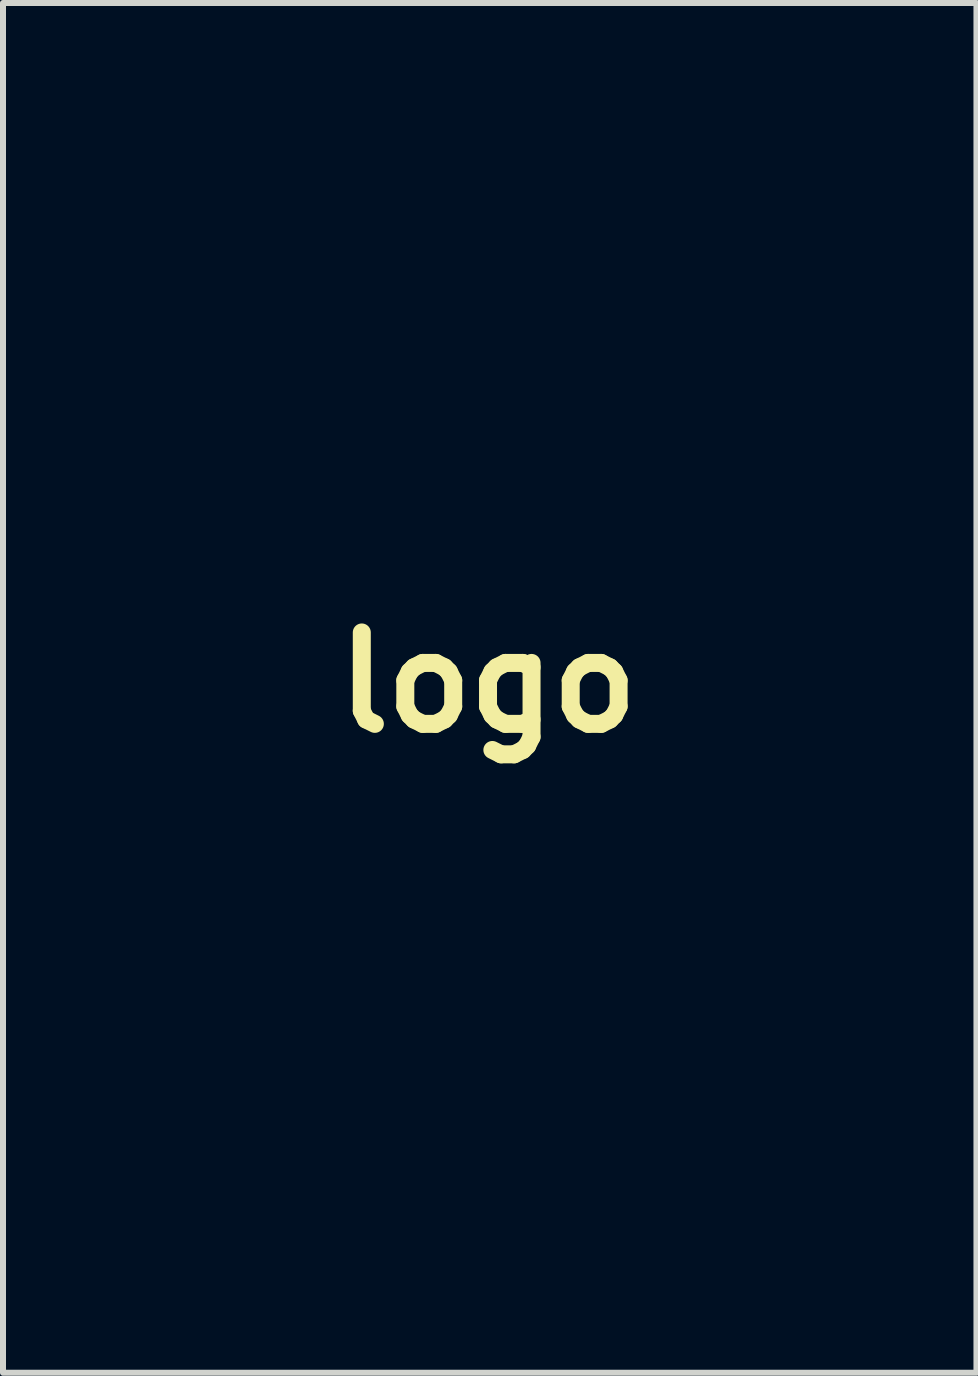
<source format=kicad_pcb>
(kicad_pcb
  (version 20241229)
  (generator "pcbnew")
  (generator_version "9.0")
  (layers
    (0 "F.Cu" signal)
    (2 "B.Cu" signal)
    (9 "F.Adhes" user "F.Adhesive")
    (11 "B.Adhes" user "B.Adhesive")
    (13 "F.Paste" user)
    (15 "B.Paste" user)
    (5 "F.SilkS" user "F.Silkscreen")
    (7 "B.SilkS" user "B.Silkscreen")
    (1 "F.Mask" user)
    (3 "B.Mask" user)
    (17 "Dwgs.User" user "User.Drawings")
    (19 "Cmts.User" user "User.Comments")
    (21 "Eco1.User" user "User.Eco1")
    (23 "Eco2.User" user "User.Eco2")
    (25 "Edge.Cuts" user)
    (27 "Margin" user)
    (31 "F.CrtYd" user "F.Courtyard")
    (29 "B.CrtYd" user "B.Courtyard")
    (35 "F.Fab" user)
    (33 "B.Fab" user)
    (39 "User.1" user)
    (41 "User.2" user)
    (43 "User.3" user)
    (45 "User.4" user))
  (footprint "logo"
    (layer "F.Cu")
    (at 5.087 8.33)
    (property "Reference" "logo" (at 0 0 0) (layer "F.SilkS") (effects (font (size 1.524 1.524) (thickness 0.3))))
    (attr board_only exclude_from_pos_files exclude_from_bom)
    (fp_poly (pts (xy -3.639 2.791) (xy -3.651 2.803) (xy -3.664 2.791) (xy -3.651 2.779)) (stroke (width 0.1) (type solid)) (fill no) (layer "Eco1.User"))
    (fp_poly (pts (xy -3.565 2.766) (xy -3.578 2.779) (xy -3.59 2.766) (xy -3.578 2.754)) (stroke (width 0.1) (type solid)) (fill no) (layer "Eco1.User"))
    (fp_poly (pts (xy -3.492 2.742) (xy -3.504 2.754) (xy -3.516 2.742) (xy -3.504 2.729)) (stroke (width 0.1) (type solid)) (fill no) (layer "Eco1.User"))
    (fp_poly (pts (xy -2.336 1.414) (xy -2.348 1.426) (xy -2.361 1.414) (xy -2.348 1.402)) (stroke (width 0.1) (type solid)) (fill no) (layer "Eco1.User"))
    (fp_poly (pts (xy -1.475 -2.594) (xy -1.488 -2.582) (xy -1.5 -2.594) (xy -1.488 -2.606)) (stroke (width 0.1) (type solid)) (fill no) (layer "Eco1.User"))
    (fp_poly (pts (xy 0.885 6.614) (xy 0 6.614) (xy 0 6.418) (xy 0.885 6.418)) (stroke (width 0.1) (type solid)) (fill no) (layer "Eco1.User"))
    (fp_poly (pts (xy 0.885 6.934) (xy 0 6.934) (xy 0 6.737) (xy 0.885 6.737)) (stroke (width 0.1) (type solid)) (fill no) (layer "Eco1.User"))
    (fp_poly (pts (xy 0.885 7.254) (xy 0 7.254) (xy 0 7.057) (xy 0.885 7.057)) (stroke (width 0.1) (type solid)) (fill no) (layer "Eco1.User"))
    (fp_poly (pts (xy 1.131 -6.946) (xy 1.119 -6.934) (xy 1.106 -6.946) (xy 1.119 -6.959)) (stroke (width 0.1) (type solid)) (fill no) (layer "Eco1.User"))
    (fp_poly (pts (xy 1.328 5.643) (xy 1.315 5.655) (xy 1.303 5.643) (xy 1.315 5.631)) (stroke (width 0.1) (type solid)) (fill no) (layer "Eco1.User"))
    (fp_poly (pts (xy 1.402 5.618) (xy 1.389 5.631) (xy 1.377 5.618) (xy 1.389 5.606)) (stroke (width 0.1) (type solid)) (fill no) (layer "Eco1.User"))
    (fp_poly (pts (xy 1.524 5.569) (xy 1.512 5.582) (xy 1.5 5.569) (xy 1.512 5.557)) (stroke (width 0.1) (type solid)) (fill no) (layer "Eco1.User"))
    (fp_poly (pts (xy 1.844 0.922) (xy 1.832 0.934) (xy 1.82 0.922) (xy 1.832 0.91)) (stroke (width 0.1) (type solid)) (fill no) (layer "Eco1.User"))
    (fp_poly (pts (xy 1.942 0.996) (xy 1.93 1.008) (xy 1.918 0.996) (xy 1.93 0.984)) (stroke (width 0.1) (type solid)) (fill no) (layer "Eco1.User"))
    (fp_poly (pts (xy 2.975 -1.217) (xy 2.963 -1.205) (xy 2.951 -1.217) (xy 2.963 -1.229)) (stroke (width 0.1) (type solid)) (fill no) (layer "Eco1.User"))
    (fp_poly (pts (xy 3 -1.709) (xy 2.988 -1.697) (xy 2.975 -1.709) (xy 2.988 -1.721)) (stroke (width 0.1) (type solid)) (fill no) (layer "Eco1.User"))
    (fp_poly (pts (xy 3.098 2.668) (xy 3.086 2.68) (xy 3.074 2.668) (xy 3.086 2.656)) (stroke (width 0.1) (type solid)) (fill no) (layer "Eco1.User"))
    (fp_poly (pts (xy 3.172 2.692) (xy 3.16 2.705) (xy 3.147 2.692) (xy 3.16 2.68)) (stroke (width 0.1) (type solid)) (fill no) (layer "Eco1.User"))
    (fp_poly (pts (xy 3.246 2.717) (xy 3.233 2.729) (xy 3.221 2.717) (xy 3.233 2.705)) (stroke (width 0.1) (type solid)) (fill no) (layer "Eco1.User"))
    (fp_poly (pts (xy 3.319 2.742) (xy 3.307 2.754) (xy 3.295 2.742) (xy 3.307 2.729)) (stroke (width 0.1) (type solid)) (fill no) (layer "Eco1.User"))
    (fp_poly (pts (xy 4.623 0.357) (xy 4.61 0.369) (xy 4.598 0.357) (xy 4.61 0.344)) (stroke (width 0.1) (type solid)) (fill no) (layer "Eco1.User"))
    (fp_poly (pts (xy 4.77 -1.143) (xy 4.758 -1.131) (xy 4.746 -1.143) (xy 4.758 -1.156)) (stroke (width 0.1) (type solid)) (fill no) (layer "Eco1.User"))
    (fp_poly (pts (xy -3.401 2.713) (xy -3.405 2.728) (xy -3.418 2.729) (xy -3.438 2.72) (xy -3.434 2.713) (xy -3.405 2.71)) (stroke (width 0.1) (type solid)) (fill no) (layer "Eco1.User"))
    (fp_poly (pts (xy -3.328 2.688) (xy -3.331 2.703) (xy -3.344 2.705) (xy -3.364 2.696) (xy -3.36 2.688) (xy -3.331 2.685)) (stroke (width 0.1) (type solid)) (fill no) (layer "Eco1.User"))
    (fp_poly (pts (xy -3.254 2.664) (xy -3.257 2.678) (xy -3.27 2.68) (xy -3.291 2.671) (xy -3.287 2.664) (xy -3.257 2.661)) (stroke (width 0.1) (type solid)) (fill no) (layer "Eco1.User"))
    (fp_poly (pts (xy -3.156 2.639) (xy -3.159 2.654) (xy -3.172 2.656) (xy -3.192 2.647) (xy -3.188 2.639) (xy -3.159 2.636)) (stroke (width 0.1) (type solid)) (fill no) (layer "Eco1.User"))
    (fp_poly (pts (xy -3.056 2.616) (xy -3.063 2.627) (xy -3.088 2.629) (xy -3.114 2.623) (xy -3.103 2.614) (xy -3.064 2.611)) (stroke (width 0.1) (type solid)) (fill no) (layer "Eco1.User"))
    (fp_poly (pts (xy -2.983 2.59) (xy -2.987 2.605) (xy -3 2.606) (xy -3.02 2.597) (xy -3.016 2.59) (xy -2.987 2.587)) (stroke (width 0.1) (type solid)) (fill no) (layer "Eco1.User"))
    (fp_poly (pts (xy -2.884 2.567) (xy -2.891 2.578) (xy -2.916 2.58) (xy -2.942 2.574) (xy -2.931 2.565) (xy -2.892 2.562)) (stroke (width 0.1) (type solid)) (fill no) (layer "Eco1.User"))
    (fp_poly (pts (xy -2.785 2.542) (xy -2.793 2.554) (xy -2.817 2.555) (xy -2.844 2.549) (xy -2.832 2.54) (xy -2.794 2.537)) (stroke (width 0.1) (type solid)) (fill no) (layer "Eco1.User"))
    (fp_poly (pts (xy -2.687 2.518) (xy -2.694 2.529) (xy -2.719 2.531) (xy -2.745 2.525) (xy -2.734 2.516) (xy -2.696 2.513)) (stroke (width 0.1) (type solid)) (fill no) (layer "Eco1.User"))
    (fp_poly (pts (xy -2.588 2.493) (xy -2.596 2.504) (xy -2.621 2.506) (xy -2.647 2.5) (xy -2.636 2.491) (xy -2.597 2.488)) (stroke (width 0.1) (type solid)) (fill no) (layer "Eco1.User"))
    (fp_poly (pts (xy -2.467 1.41) (xy -2.47 1.424) (xy -2.483 1.426) (xy -2.504 1.417) (xy -2.5 1.41) (xy -2.471 1.407)) (stroke (width 0.1) (type solid)) (fill no) (layer "Eco1.User"))
    (fp_poly (pts (xy -2.466 2.469) (xy -2.473 2.48) (xy -2.498 2.482) (xy -2.524 2.475) (xy -2.513 2.467) (xy -2.474 2.464)) (stroke (width 0.1) (type solid)) (fill no) (layer "Eco1.User"))
    (fp_poly (pts (xy -2.418 -0.41) (xy -2.421 -0.395) (xy -2.434 -0.393) (xy -2.455 -0.402) (xy -2.451 -0.41) (xy -2.421 -0.413)) (stroke (width 0.1) (type solid)) (fill no) (layer "Eco1.User"))
    (fp_poly (pts (xy -2.393 1.434) (xy -2.39 1.464) (xy -2.393 1.467) (xy -2.408 1.464) (xy -2.41 1.451) (xy -2.401 1.43)) (stroke (width 0.1) (type solid)) (fill no) (layer "Eco1.User"))
    (fp_poly (pts (xy -2.367 2.444) (xy -2.374 2.455) (xy -2.399 2.457) (xy -2.426 2.451) (xy -2.414 2.442) (xy -2.376 2.439)) (stroke (width 0.1) (type solid)) (fill no) (layer "Eco1.User"))
    (fp_poly (pts (xy -2.256 2.418) (xy -2.253 2.427) (xy -2.287 2.43) (xy -2.322 2.427) (xy -2.317 2.418) (xy -2.267 2.415)) (stroke (width 0.1) (type solid)) (fill no) (layer "Eco1.User"))
    (fp_poly (pts (xy 1.467 5.59) (xy 1.464 5.604) (xy 1.451 5.606) (xy 1.43 5.597) (xy 1.434 5.59) (xy 1.464 5.587)) (stroke (width 0.1) (type solid)) (fill no) (layer "Eco1.User"))
    (fp_poly (pts (xy 1.885 0.943) (xy 1.888 0.972) (xy 1.885 0.975) (xy 1.871 0.972) (xy 1.869 0.959) (xy 1.878 0.939)) (stroke (width 0.1) (type solid)) (fill no) (layer "Eco1.User"))
    (fp_poly (pts (xy 1.983 0.795) (xy 1.98 0.81) (xy 1.967 0.811) (xy 1.947 0.802) (xy 1.951 0.795) (xy 1.98 0.792)) (stroke (width 0.1) (type solid)) (fill no) (layer "Eco1.User"))
    (fp_poly (pts (xy 2.133 2.395) (xy 2.125 2.406) (xy 2.1 2.408) (xy 2.074 2.402) (xy 2.085 2.393) (xy 2.124 2.39)) (stroke (width 0.1) (type solid)) (fill no) (layer "Eco1.User"))
    (fp_poly (pts (xy 2.231 2.419) (xy 2.224 2.431) (xy 2.199 2.432) (xy 2.172 2.426) (xy 2.184 2.417) (xy 2.222 2.415)) (stroke (width 0.1) (type solid)) (fill no) (layer "Eco1.User"))
    (fp_poly (pts (xy 2.329 2.444) (xy 2.322 2.455) (xy 2.297 2.457) (xy 2.271 2.451) (xy 2.282 2.442) (xy 2.321 2.439)) (stroke (width 0.1) (type solid)) (fill no) (layer "Eco1.User"))
    (fp_poly (pts (xy 2.428 2.469) (xy 2.42 2.48) (xy 2.395 2.482) (xy 2.369 2.475) (xy 2.38 2.467) (xy 2.419 2.464)) (stroke (width 0.1) (type solid)) (fill no) (layer "Eco1.User"))
    (fp_poly (pts (xy 2.526 2.493) (xy 2.519 2.504) (xy 2.494 2.506) (xy 2.467 2.5) (xy 2.479 2.491) (xy 2.517 2.488)) (stroke (width 0.1) (type solid)) (fill no) (layer "Eco1.User"))
    (fp_poly (pts (xy 2.598 2.516) (xy 2.595 2.531) (xy 2.582 2.533) (xy 2.562 2.524) (xy 2.565 2.516) (xy 2.595 2.513)) (stroke (width 0.1) (type solid)) (fill no) (layer "Eco1.User"))
    (fp_poly (pts (xy 2.698 2.542) (xy 2.691 2.554) (xy 2.666 2.555) (xy 2.64 2.549) (xy 2.651 2.54) (xy 2.689 2.537)) (stroke (width 0.1) (type solid)) (fill no) (layer "Eco1.User"))
    (fp_poly (pts (xy 2.721 -1.492) (xy 2.724 -1.463) (xy 2.721 -1.459) (xy 2.707 -1.462) (xy 2.705 -1.475) (xy 2.714 -1.496)) (stroke (width 0.1) (type solid)) (fill no) (layer "Eco1.User"))
    (fp_poly (pts (xy 2.77 2.565) (xy 2.767 2.58) (xy 2.754 2.582) (xy 2.734 2.573) (xy 2.738 2.565) (xy 2.767 2.562)) (stroke (width 0.1) (type solid)) (fill no) (layer "Eco1.User"))
    (fp_poly (pts (xy 2.869 2.59) (xy 2.865 2.605) (xy 2.852 2.606) (xy 2.832 2.597) (xy 2.836 2.59) (xy 2.865 2.587)) (stroke (width 0.1) (type solid)) (fill no) (layer "Eco1.User"))
    (fp_poly (pts (xy 2.942 2.615) (xy 2.939 2.629) (xy 2.926 2.631) (xy 2.906 2.622) (xy 2.91 2.615) (xy 2.939 2.612)) (stroke (width 0.1) (type solid)) (fill no) (layer "Eco1.User"))
    (fp_poly (pts (xy 3.016 2.639) (xy 3.013 2.654) (xy 3 2.656) (xy 2.98 2.647) (xy 2.983 2.639) (xy 3.013 2.636)) (stroke (width 0.1) (type solid)) (fill no) (layer "Eco1.User"))
    (fp_poly (pts (xy -3.405 0.472) (xy -3.412 0.49) (xy -3.435 0.502) (xy -3.464 0.51) (xy -3.452 0.492) (xy -3.449 0.489) (xy -3.417 0.469)) (stroke (width 0.1) (type solid)) (fill no) (layer "Eco1.User"))
    (fp_poly (pts (xy 1.054 -7.022) (xy 1.08 -6.998) (xy 1.074 -6.983) (xy 1.071 -6.983) (xy 1.05 -7.001) (xy 1.043 -7.012) (xy 1.04 -7.028)) (stroke (width 0.1) (type solid)) (fill no) (layer "Eco1.User"))
    (fp_poly (pts (xy 1.819 0.777) (xy 1.823 0.78) (xy 1.842 0.813) (xy 1.839 0.824) (xy 1.821 0.817) (xy 1.809 0.794) (xy 1.801 0.765)) (stroke (width 0.1) (type solid)) (fill no) (layer "Eco1.User"))
    (fp_poly (pts (xy 4.057 -2.542) (xy 4.06 -2.539) (xy 4.08 -2.507) (xy 4.077 -2.495) (xy 4.059 -2.502) (xy 4.046 -2.525) (xy 4.039 -2.554)) (stroke (width 0.1) (type solid)) (fill no) (layer "Eco1.User"))
    (fp_poly (pts (xy -3.421 0.361) (xy -3.436 0.405) (xy -3.457 0.438) (xy -3.466 0.443) (xy -3.472 0.424) (xy -3.459 0.383) (xy -3.435 0.342) (xy -3.422 0.332)) (stroke (width 0.1) (type solid)) (fill no) (layer "Eco1.User"))
    (fp_poly (pts (xy -3.356 0.311) (xy -3.297 0.346) (xy -3.272 0.363) (xy -3.275 0.368) (xy -3.288 0.369) (xy -3.323 0.354) (xy -3.372 0.318) (xy -3.43 0.268)) (stroke (width 0.1) (type solid)) (fill no) (layer "Eco1.User"))
    (fp_poly (pts (xy -2.459 1.27) (xy -2.473 1.306) (xy -2.497 1.342) (xy -2.523 1.372) (xy -2.523 1.363) (xy -2.506 1.328) (xy -2.477 1.27) (xy -2.462 1.254)) (stroke (width 0.1) (type solid)) (fill no) (layer "Eco1.User"))
    (fp_poly (pts (xy -2.446 1.213) (xy -2.428 1.226) (xy -2.394 1.257) (xy -2.385 1.269) (xy -2.397 1.277) (xy -2.43 1.245) (xy -2.437 1.236) (xy -2.459 1.206)) (stroke (width 0.1) (type solid)) (fill no) (layer "Eco1.User"))
    (fp_poly (pts (xy -2.129 -4.42) (xy -2.138 -4.377) (xy -2.151 -4.334) (xy -2.159 -4.338) (xy -2.169 -4.371) (xy -2.172 -4.419) (xy -2.16 -4.441) (xy -2.133 -4.448)) (stroke (width 0.1) (type solid)) (fill no) (layer "Eco1.User"))
    (fp_poly (pts (xy 1.787 0.876) (xy 1.783 0.885) (xy 1.76 0.909) (xy 1.755 0.91) (xy 1.754 0.894) (xy 1.758 0.885) (xy 1.781 0.862) (xy 1.786 0.861)) (stroke (width 0.1) (type solid)) (fill no) (layer "Eco1.User"))
    (fp_poly (pts (xy 1.873 0.731) (xy 1.88 0.737) (xy 1.915 0.772) (xy 1.907 0.786) (xy 1.896 0.787) (xy 1.87 0.767) (xy 1.859 0.746) (xy 1.852 0.72)) (stroke (width 0.1) (type solid)) (fill no) (layer "Eco1.User"))
    (fp_poly (pts (xy 2.006 0.849) (xy 1.99 0.885) (xy 1.96 0.943) (xy 1.946 0.959) (xy 1.942 0.943) (xy 1.957 0.907) (xy 1.981 0.871) (xy 2.006 0.841)) (stroke (width 0.1) (type solid)) (fill no) (layer "Eco1.User"))
    (fp_poly (pts (xy 2.832 -1.431) (xy 2.838 -1.429) (xy 2.867 -1.409) (xy 2.863 -1.396) (xy 2.827 -1.397) (xy 2.792 -1.416) (xy 2.764 -1.442) (xy 2.779 -1.447)) (stroke (width 0.1) (type solid)) (fill no) (layer "Eco1.User"))
    (fp_poly (pts (xy 4.228 -2.447) (xy 4.216 -2.406) (xy 4.205 -2.385) (xy 4.185 -2.365) (xy 4.181 -2.373) (xy 4.193 -2.413) (xy 4.205 -2.434) (xy 4.224 -2.454)) (stroke (width 0.1) (type solid)) (fill no) (layer "Eco1.User"))
    (fp_poly (pts (xy 3.024 -1.337) (xy 3.037 -1.328) (xy 3.067 -1.297) (xy 3.072 -1.282) (xy 3.051 -1.29) (xy 3.024 -1.284) (xy 3.016 -1.273) (xy 3.006 -1.269) (xy 3.002 -1.3) (xy 3.005 -1.34)) (stroke (width 0.1) (type solid)) (fill no) (layer "Eco1.User"))
    (fp_poly (pts (xy -3.228 0.381) (xy -3.239 0.396) (xy -3.257 0.434) (xy -3.254 0.451) (xy -3.249 0.467) (xy -3.252 0.467) (xy -3.278 0.45) (xy -3.281 0.445) (xy -3.275 0.415) (xy -3.252 0.39) (xy -3.223 0.369)) (stroke (width 0.1) (type solid)) (fill no) (layer "Eco1.User"))
    (fp_poly (pts (xy -1.992 -4.392) (xy -1.992 -4.384) (xy -2.004 -4.381) (xy -2.006 -4.383) (xy -2.031 -4.377) (xy -2.072 -4.343) (xy -2.082 -4.332) (xy -2.143 -4.266) (xy -2.088 -4.345) (xy -2.045 -4.394) (xy -2.01 -4.411)) (stroke (width 0.1) (type solid)) (fill no) (layer "Eco1.User"))
    (fp_poly (pts (xy -0.566 4.928) (xy -0.532 4.955) (xy -0.533 4.978) (xy -0.565 4.989) (xy -0.628 4.991) (xy -0.7 4.987) (xy -0.733 4.97) (xy -0.738 4.955) (xy -0.721 4.929) (xy -0.666 4.918) (xy -0.642 4.918)) (stroke (width 0.1) (type solid)) (fill no) (layer "Eco1.User"))
    (fp_poly (pts (xy 0.879 -7.218) (xy 0.948 -7.151) (xy 1.001 -7.098) (xy 1.03 -7.068) (xy 1.033 -7.064) (xy 1.028 -7.059) (xy 1.01 -7.071) (xy 0.974 -7.106) (xy 0.912 -7.169) (xy 0.872 -7.211) (xy 0.725 -7.364)) (stroke (width 0.1) (type solid)) (fill no) (layer "Eco1.User"))
    (fp_poly (pts (xy 2.921 -1.352) (xy 2.92 -1.289) (xy 2.919 -1.287) (xy 2.909 -1.217) (xy 2.905 -1.286) (xy 2.895 -1.334) (xy 2.871 -1.338) (xy 2.852 -1.331) (xy 2.87 -1.353) (xy 2.87 -1.353) (xy 2.904 -1.375)) (stroke (width 0.1) (type solid)) (fill no) (layer "Eco1.User"))
    (fp_poly (pts (xy -2.276 -0.363) (xy -2.267 -0.344) (xy -2.301 -0.303) (xy -2.304 -0.299) (xy -2.334 -0.272) (xy -2.337 -0.28) (xy -2.33 -0.3) (xy -2.333 -0.339) (xy -2.356 -0.352) (xy -2.367 -0.361) (xy -2.333 -0.366) (xy -2.33 -0.366)) (stroke (width 0.1) (type solid)) (fill no) (layer "Eco1.User"))
    (fp_poly (pts (xy -1.201 4.937) (xy -1.164 4.956) (xy -1.162 4.961) (xy -1.172 4.981) (xy -1.224 4.99) (xy -1.266 4.991) (xy -1.34 4.987) (xy -1.371 4.972) (xy -1.371 4.961) (xy -1.341 4.94) (xy -1.28 4.93) (xy -1.266 4.93)) (stroke (width 0.1) (type solid)) (fill no) (layer "Eco1.User"))
    (fp_poly (pts (xy -0.251 4.924) (xy -0.223 4.944) (xy -0.221 4.955) (xy -0.238 4.98) (xy -0.291 4.991) (xy -0.32 4.991) (xy -0.388 4.985) (xy -0.416 4.965) (xy -0.418 4.955) (xy -0.402 4.929) (xy -0.348 4.918) (xy -0.32 4.918)) (stroke (width 0.1) (type solid)) (fill no) (layer "Eco1.User"))
    (fp_poly (pts (xy 2.67 -4.341) (xy 2.65 -4.291) (xy 2.649 -4.289) (xy 2.618 -4.247) (xy 2.596 -4.25) (xy 2.596 -4.25) (xy 2.594 -4.275) (xy 2.603 -4.278) (xy 2.629 -4.299) (xy 2.644 -4.329) (xy 2.661 -4.365) (xy 2.672 -4.368)) (stroke (width 0.1) (type solid)) (fill no) (layer "Eco1.User"))
    (fp_poly (pts (xy 4.169 -2.553) (xy 4.222 -2.531) (xy 4.264 -2.504) (xy 4.265 -2.503) (xy 4.279 -2.49) (xy 4.272 -2.488) (xy 4.234 -2.499) (xy 4.186 -2.514) (xy 4.132 -2.537) (xy 4.107 -2.558) (xy 4.106 -2.56) (xy 4.125 -2.565)) (stroke (width 0.1) (type solid)) (fill no) (layer "Eco1.User"))
    (fp_poly (pts (xy -2.284 1.272) (xy -2.27 1.311) (xy -2.291 1.344) (xy -2.319 1.35) (xy -2.334 1.344) (xy -2.317 1.336) (xy -2.289 1.311) (xy -2.295 1.289) (xy -2.33 1.29) (xy -2.358 1.297) (xy -2.345 1.278) (xy -2.342 1.275) (xy -2.307 1.258)) (stroke (width 0.1) (type solid)) (fill no) (layer "Eco1.User"))
    (fp_poly (pts (xy 3.042 -1.615) (xy 3.059 -1.565) (xy 3.088 -1.559) (xy 3.12 -1.566) (xy 3.115 -1.552) (xy 3.076 -1.526) (xy 3.074 -1.524) (xy 3.042 -1.512) (xy 3.029 -1.527) (xy 3.028 -1.58) (xy 3.028 -1.591) (xy 3.031 -1.645) (xy 3.035 -1.651)) (stroke (width 0.1) (type solid)) (fill no) (layer "Eco1.User"))
    (fp_poly (pts (xy -3.295 0.482) (xy -3.294 0.483) (xy -3.277 0.522) (xy -3.281 0.539) (xy -3.31 0.563) (xy -3.352 0.55) (xy -3.369 0.539) (xy -3.386 0.523) (xy -3.362 0.526) (xy -3.346 0.53) (xy -3.305 0.537) (xy -3.299 0.518) (xy -3.305 0.501) (xy -3.313 0.471)) (stroke (width 0.1) (type solid)) (fill no) (layer "Eco1.User"))
    (fp_poly (pts (xy -2.422 6.738) (xy -2.353 6.745) (xy -2.318 6.763) (xy -2.31 6.798) (xy -2.32 6.853) (xy -2.327 6.879) (xy -2.338 6.906) (xy -2.359 6.922) (xy -2.401 6.931) (xy -2.475 6.934) (xy -2.548 6.934) (xy -2.754 6.934) (xy -2.754 6.737) (xy -2.533 6.737)) (stroke (width 0.1) (type solid)) (fill no) (layer "Eco1.User"))
    (fp_poly (pts (xy -0.103 7.702) (xy -0.111 7.807) (xy -0.544 7.814) (xy -0.978 7.82) (xy -0.988 7.72) (xy -0.991 7.655) (xy -0.989 7.614) (xy -0.986 7.609) (xy -0.959 7.605) (xy -0.891 7.602) (xy -0.79 7.6) (xy -0.664 7.598) (xy -0.535 7.598) (xy -0.096 7.598)) (stroke (width 0.1) (type solid)) (fill no) (layer "Eco1.User"))
    (fp_poly (pts (xy -0.103 8.342) (xy -0.111 8.446) (xy -0.544 8.453) (xy -0.978 8.46) (xy -0.988 8.359) (xy -0.991 8.294) (xy -0.989 8.253) (xy -0.986 8.248) (xy -0.959 8.245) (xy -0.891 8.242) (xy -0.79 8.239) (xy -0.664 8.238) (xy -0.535 8.237) (xy -0.096 8.237)) (stroke (width 0.1) (type solid)) (fill no) (layer "Eco1.User"))
    (fp_poly (pts (xy 2.646 4.546) (xy 2.659 4.599) (xy 2.671 4.666) (xy 2.678 4.73) (xy 2.679 4.773) (xy 2.677 4.781) (xy 2.65 4.779) (xy 2.594 4.766) (xy 2.576 4.761) (xy 2.485 4.733) (xy 2.552 4.629) (xy 2.593 4.569) (xy 2.625 4.531) (xy 2.635 4.524)) (stroke (width 0.1) (type solid)) (fill no) (layer "Eco1.User"))
    (fp_poly (pts (xy -2.189 -0.56) (xy -2.21 -0.543) (xy -2.233 -0.505) (xy -2.23 -0.482) (xy -2.228 -0.457) (xy -2.256 -0.447) (xy -2.318 -0.447) (xy -2.376 -0.45) (xy -2.387 -0.453) (xy -2.354 -0.459) (xy -2.345 -0.46) (xy -2.278 -0.484) (xy -2.255 -0.518) (xy -2.23 -0.557) (xy -2.209 -0.565)) (stroke (width 0.1) (type solid)) (fill no) (layer "Eco1.User"))
    (fp_poly (pts (xy 4.041 -2.448) (xy 4.033 -2.443) (xy 4.008 -2.417) (xy 4.029 -2.391) (xy 4.081 -2.373) (xy 4.138 -2.355) (xy 4.169 -2.334) (xy 4.172 -2.316) (xy 4.141 -2.319) (xy 4.073 -2.346) (xy 4.061 -2.351) (xy 4.008 -2.385) (xy 3.991 -2.42) (xy 4.013 -2.445) (xy 4.029 -2.449)) (stroke (width 0.1) (type solid)) (fill no) (layer "Eco1.User"))
    (fp_poly (pts (xy -2 -4.743) (xy -2.017 -4.713) (xy -2.051 -4.658) (xy -2.073 -4.626) (xy -2.077 -4.623) (xy -2.096 -4.639) (xy -2.118 -4.666) (xy -2.139 -4.695) (xy -2.127 -4.689) (xy -2.111 -4.677) (xy -2.077 -4.659) (xy -2.058 -4.682) (xy -2.054 -4.693) (xy -2.023 -4.75) (xy -2.001 -4.773) (xy -1.987 -4.777)) (stroke (width 0.1) (type solid)) (fill no) (layer "Eco1.User"))
    (fp_poly (pts (xy -0.861 6.78) (xy -0.862 6.946) (xy -0.865 7.068) (xy -0.872 7.154) (xy -0.883 7.209) (xy -0.9 7.24) (xy -0.922 7.252) (xy -0.937 7.254) (xy -0.954 7.251) (xy -0.966 7.238) (xy -0.975 7.208) (xy -0.98 7.154) (xy -0.982 7.069) (xy -0.983 6.947) (xy -0.984 6.836) (xy -0.984 6.418) (xy -0.861 6.418)) (stroke (width 0.1) (type solid)) (fill no) (layer "Eco1.User"))
    (fp_poly (pts (xy 2.95 -1.656) (xy 2.951 -1.626) (xy 2.942 -1.589) (xy 2.926 -1.586) (xy 2.907 -1.578) (xy 2.901 -1.551) (xy 2.892 -1.515) (xy 2.856 -1.503) (xy 2.822 -1.504) (xy 2.771 -1.507) (xy 2.768 -1.51) (xy 2.809 -1.518) (xy 2.859 -1.534) (xy 2.878 -1.557) (xy 2.892 -1.598) (xy 2.915 -1.634) (xy 2.941 -1.666)) (stroke (width 0.1) (type solid)) (fill no) (layer "Eco1.User"))
    (fp_poly (pts (xy 3.399 0.656) (xy 3.464 0.709) (xy 3.515 0.746) (xy 3.549 0.774) (xy 3.55 0.787) (xy 3.548 0.787) (xy 3.512 0.772) (xy 3.46 0.736) (xy 3.446 0.725) (xy 3.398 0.687) (xy 3.374 0.681) (xy 3.362 0.702) (xy 3.361 0.706) (xy 3.353 0.719) (xy 3.347 0.686) (xy 3.347 0.678) (xy 3.344 0.606)) (stroke (width 0.1) (type solid)) (fill no) (layer "Eco1.User"))
    (fp_poly (pts (xy -1.409 4.33) (xy -1.378 4.373) (xy -1.344 4.429) (xy -1.316 4.485) (xy -1.303 4.524) (xy -1.304 4.532) (xy -1.334 4.542) (xy -1.392 4.554) (xy -1.41 4.557) (xy -1.471 4.562) (xy -1.493 4.553) (xy -1.491 4.537) (xy -1.478 4.491) (xy -1.463 4.423) (xy -1.462 4.415) (xy -1.447 4.354) (xy -1.431 4.319) (xy -1.428 4.317)) (stroke (width 0.1) (type solid)) (fill no) (layer "Eco1.User"))
    (fp_poly (pts (xy -0.969 -2.787) (xy -0.978 -2.775) (xy -1.024 -2.741) (xy -1.082 -2.721) (xy -1.133 -2.702) (xy -1.142 -2.672) (xy -1.14 -2.669) (xy -1.134 -2.635) (xy -1.154 -2.642) (xy -1.19 -2.677) (xy -1.212 -2.706) (xy -1.206 -2.722) (xy -1.162 -2.734) (xy -1.127 -2.739) (xy -1.053 -2.757) (xy -0.995 -2.779) (xy -0.985 -2.786) (xy -0.96 -2.803)) (stroke (width 0.1) (type solid)) (fill no) (layer "Eco1.User"))
    (fp_poly (pts (xy -1.106 7.819) (xy -1.475 7.819) (xy -1.475 8.062) (xy -1.477 8.217) (xy -1.484 8.329) (xy -1.497 8.403) (xy -1.517 8.444) (xy -1.545 8.458) (xy -1.549 8.458) (xy -1.589 8.437) (xy -1.607 8.403) (xy -1.614 8.356) (xy -1.619 8.273) (xy -1.622 8.167) (xy -1.623 8.083) (xy -1.623 7.819) (xy -1.992 7.819) (xy -1.992 7.598) (xy -1.106 7.598)) (stroke (width 0.1) (type solid)) (fill no) (layer "Eco1.User"))
    (fp_poly (pts (xy -0.103 8.021) (xy -0.111 8.127) (xy -0.547 8.133) (xy -0.703 8.135) (xy -0.817 8.136) (xy -0.895 8.134) (xy -0.944 8.13) (xy -0.971 8.121) (xy -0.983 8.109) (xy -0.986 8.092) (xy -0.986 8.09) (xy -0.991 8.033) (xy -0.992 7.992) (xy -0.984 7.963) (xy -0.961 7.944) (xy -0.915 7.933) (xy -0.841 7.928) (xy -0.732 7.925) (xy -0.582 7.924) (xy -0.545 7.923) (xy -0.095 7.916)) (stroke (width 0.1) (type solid)) (fill no) (layer "Eco1.User"))
    (fp_poly (pts (xy 3.112 6.437) (xy 3.181 6.488) (xy 3.249 6.557) (xy 3.303 6.631) (xy 3.333 6.699) (xy 3.335 6.714) (xy 3.332 6.769) (xy 3.321 6.798) (xy 3.297 6.787) (xy 3.248 6.747) (xy 3.184 6.688) (xy 3.163 6.667) (xy 3.1 6.6) (xy 3.056 6.545) (xy 3.039 6.513) (xy 3.04 6.509) (xy 3.04 6.48) (xy 3.025 6.455) (xy 3.009 6.427) (xy 3.032 6.418) (xy 3.053 6.418)) (stroke (width 0.1) (type solid)) (fill no) (layer "Eco1.User"))
    (fp_poly (pts (xy 3.173 -1.499) (xy 3.211 -1.463) (xy 3.204 -1.428) (xy 3.154 -1.406) (xy 3.153 -1.406) (xy 3.108 -1.383) (xy 3.093 -1.357) (xy 3.084 -1.33) (xy 3.072 -1.348) (xy 3.067 -1.361) (xy 3.051 -1.408) (xy 3.056 -1.423) (xy 3.067 -1.423) (xy 3.105 -1.422) (xy 3.141 -1.423) (xy 3.183 -1.436) (xy 3.196 -1.458) (xy 3.175 -1.474) (xy 3.16 -1.475) (xy 3.127 -1.489) (xy 3.123 -1.501) (xy 3.14 -1.513)) (stroke (width 0.1) (type solid)) (fill no) (layer "Eco1.User"))
    (fp_poly (pts (xy -2.14 -4.631) (xy -2.139 -4.628) (xy -2.16 -4.615) (xy -2.201 -4.617) (xy -2.248 -4.616) (xy -2.262 -4.601) (xy -2.248 -4.575) (xy -2.242 -4.573) (xy -2.208 -4.56) (xy -2.179 -4.541) (xy -2.149 -4.515) (xy -2.158 -4.492) (xy -2.18 -4.474) (xy -2.211 -4.451) (xy -2.207 -4.461) (xy -2.195 -4.477) (xy -2.18 -4.509) (xy -2.202 -4.533) (xy -2.227 -4.545) (xy -2.27 -4.576) (xy -2.281 -4.605) (xy -2.255 -4.627) (xy -2.209 -4.641) (xy -2.164 -4.644)) (stroke (width 0.1) (type solid)) (fill no) (layer "Eco1.User"))
    (fp_poly (pts (xy -3.316 -1.714) (xy -3.309 -1.697) (xy -3.278 -1.605) (xy -3.276 -1.55) (xy -3.303 -1.526) (xy -3.319 -1.524) (xy -3.36 -1.513) (xy -3.367 -1.489) (xy -3.342 -1.471) (xy -3.346 -1.454) (xy -3.383 -1.421) (xy -3.422 -1.394) (xy -3.528 -1.327) (xy -3.455 -1.393) (xy -3.41 -1.443) (xy -3.389 -1.485) (xy -3.389 -1.494) (xy -3.375 -1.526) (xy -3.345 -1.542) (xy -3.306 -1.568) (xy -3.305 -1.595) (xy -3.318 -1.648) (xy -3.331 -1.709) (xy -3.338 -1.753) (xy -3.334 -1.755)) (stroke (width 0.1) (type solid)) (fill no) (layer "Eco1.User"))
    (fp_poly (pts (xy -1.518 -2.882) (xy -1.513 -2.877) (xy -1.478 -2.836) (xy -1.49 -2.81) (xy -1.535 -2.803) (xy -1.607 -2.795) (xy -1.658 -2.775) (xy -1.672 -2.754) (xy -1.65 -2.739) (xy -1.594 -2.725) (xy -1.549 -2.717) (xy -1.464 -2.7) (xy -1.429 -2.678) (xy -1.441 -2.651) (xy -1.457 -2.641) (xy -1.474 -2.636) (xy -1.467 -2.645) (xy -1.477 -2.662) (xy -1.525 -2.682) (xy -1.566 -2.692) (xy -1.646 -2.718) (xy -1.682 -2.749) (xy -1.672 -2.782) (xy -1.615 -2.811) (xy -1.604 -2.815) (xy -1.547 -2.841) (xy -1.537 -2.873) (xy -1.537 -2.873) (xy -1.541 -2.896)) (stroke (width 0.1) (type solid)) (fill no) (layer "Eco1.User"))
    (fp_poly (pts (xy 2.735 -4.415) (xy 2.755 -4.39) (xy 2.76 -4.324) (xy 2.758 -4.284) (xy 2.756 -4.21) (xy 2.763 -4.172) (xy 2.786 -4.156) (xy 2.82 -4.151) (xy 2.873 -4.133) (xy 2.889 -4.106) (xy 2.906 -4.063) (xy 2.938 -4.027) (xy 2.973 -3.994) (xy 2.968 -3.989) (xy 2.927 -4.011) (xy 2.889 -4.034) (xy 2.849 -4.064) (xy 2.842 -4.081) (xy 2.846 -4.082) (xy 2.875 -4.099) (xy 2.877 -4.109) (xy 2.855 -4.126) (xy 2.8 -4.125) (xy 2.723 -4.114) (xy 2.738 -4.256) (xy 2.743 -4.342) (xy 2.737 -4.397) (xy 2.728 -4.41) (xy 2.723 -4.417)) (stroke (width 0.1) (type solid)) (fill no) (layer "Eco1.User"))
    (fp_poly (pts (xy -1.929 -4.729) (xy -1.933 -4.71) (xy -1.931 -4.66) (xy -1.917 -4.634) (xy -1.898 -4.597) (xy -1.901 -4.582) (xy -1.895 -4.558) (xy -1.864 -4.525) (xy -1.831 -4.486) (xy -1.828 -4.457) (xy -1.863 -4.432) (xy -1.914 -4.42) (xy -1.96 -4.424) (xy -1.976 -4.437) (xy -1.965 -4.456) (xy -1.915 -4.455) (xy -1.861 -4.458) (xy -1.845 -4.477) (xy -1.871 -4.503) (xy -1.894 -4.512) (xy -1.931 -4.538) (xy -1.928 -4.579) (xy -1.923 -4.616) (xy -1.947 -4.617) (xy -1.948 -4.616) (xy -1.973 -4.617) (xy -1.974 -4.655) (xy -1.973 -4.662) (xy -1.956 -4.713) (xy -1.94 -4.735)) (stroke (width 0.1) (type solid)) (fill no) (layer "Eco1.User"))
    (fp_poly (pts (xy -1.211 -2.633) (xy -1.19 -2.619) (xy -1.159 -2.594) (xy -1.169 -2.591) (xy -1.197 -2.598) (xy -1.233 -2.601) (xy -1.25 -2.577) (xy -1.259 -2.519) (xy -1.274 -2.445) (xy -1.302 -2.416) (xy -1.343 -2.434) (xy -1.347 -2.439) (xy -1.371 -2.486) (xy -1.377 -2.528) (xy -1.385 -2.57) (xy -1.414 -2.573) (xy -1.417 -2.572) (xy -1.444 -2.565) (xy -1.433 -2.586) (xy -1.426 -2.594) (xy -1.397 -2.62) (xy -1.378 -2.609) (xy -1.361 -2.557) (xy -1.355 -2.53) (xy -1.333 -2.462) (xy -1.308 -2.44) (xy -1.287 -2.462) (xy -1.279 -2.529) (xy -1.272 -2.608) (xy -1.25 -2.641)) (stroke (width 0.1) (type solid)) (fill no) (layer "Eco1.User"))
    (fp_poly (pts (xy 3.843 6.42) (xy 3.851 6.433) (xy 3.824 6.467) (xy 3.797 6.503) (xy 3.807 6.516) (xy 3.813 6.516) (xy 3.811 6.532) (xy 3.78 6.575) (xy 3.724 6.638) (xy 3.669 6.695) (xy 3.492 6.874) (xy 3.492 7.064) (xy 3.491 7.159) (xy 3.487 7.216) (xy 3.475 7.244) (xy 3.454 7.253) (xy 3.43 7.254) (xy 3.401 7.252) (xy 3.383 7.241) (xy 3.374 7.21) (xy 3.37 7.152) (xy 3.369 7.056) (xy 3.369 7.026) (xy 3.369 6.799) (xy 3.543 6.608) (xy 3.626 6.52) (xy 3.687 6.463) (xy 3.733 6.431) (xy 3.773 6.419) (xy 3.792 6.418)) (stroke (width 0.1) (type solid)) (fill no) (layer "Eco1.User"))
    (fp_poly (pts (xy 1.603 6.418) (xy 1.724 6.419) (xy 1.808 6.424) (xy 1.861 6.434) (xy 1.888 6.451) (xy 1.896 6.477) (xy 1.89 6.513) (xy 1.878 6.558) (xy 1.865 6.587) (xy 1.839 6.604) (xy 1.787 6.613) (xy 1.699 6.619) (xy 1.688 6.619) (xy 1.512 6.627) (xy 1.505 6.94) (xy 1.498 7.254) (xy 1.377 7.254) (xy 1.377 6.614) (xy 1.195 6.614) (xy 1.102 6.613) (xy 1.046 6.607) (xy 1.016 6.594) (xy 1.002 6.569) (xy 0.999 6.559) (xy 0.986 6.51) (xy 0.981 6.474) (xy 0.99 6.449) (xy 1.02 6.433) (xy 1.075 6.423) (xy 1.161 6.419) (xy 1.286 6.418) (xy 1.438 6.418)) (stroke (width 0.1) (type solid)) (fill no) (layer "Eco1.User"))
    (fp_poly (pts (xy -2.103 -0.643) (xy -2.079 -0.583) (xy -2.057 -0.52) (xy -2.029 -0.502) (xy -2.021 -0.503) (xy -1.983 -0.496) (xy -1.93 -0.46) (xy -1.911 -0.443) (xy -1.868 -0.398) (xy -1.849 -0.372) (xy -1.85 -0.369) (xy -1.876 -0.386) (xy -1.881 -0.393) (xy -1.916 -0.414) (xy -1.943 -0.418) (xy -1.977 -0.43) (xy -1.976 -0.455) (xy -1.972 -0.486) (xy -2 -0.486) (xy -2.042 -0.466) (xy -2.078 -0.454) (xy -2.09 -0.48) (xy -2.09 -0.497) (xy -2.098 -0.576) (xy -2.115 -0.633) (xy -2.137 -0.66) (xy -2.16 -0.65) (xy -2.173 -0.621) (xy -2.182 -0.597) (xy -2.181 -0.62) (xy -2.18 -0.627) (xy -2.164 -0.67) (xy -2.135 -0.674)) (stroke (width 0.1) (type solid)) (fill no) (layer "Eco1.User"))
    (fp_poly (pts (xy 3.623 0.267) (xy 3.585 0.318) (xy 3.564 0.344) (xy 3.521 0.396) (xy 3.508 0.424) (xy 3.522 0.44) (xy 3.541 0.447) (xy 3.583 0.477) (xy 3.582 0.511) (xy 3.541 0.534) (xy 3.506 0.545) (xy 3.496 0.563) (xy 3.514 0.597) (xy 3.556 0.654) (xy 3.594 0.707) (xy 3.612 0.742) (xy 3.612 0.748) (xy 3.594 0.735) (xy 3.558 0.693) (xy 3.535 0.661) (xy 3.486 0.586) (xy 3.47 0.541) (xy 3.486 0.52) (xy 3.516 0.516) (xy 3.558 0.507) (xy 3.56 0.486) (xy 3.525 0.467) (xy 3.503 0.463) (xy 3.441 0.455) (xy 3.54 0.335) (xy 3.591 0.277) (xy 3.626 0.242) (xy 3.638 0.237)) (stroke (width 0.1) (type solid)) (fill no) (layer "Eco1.User"))
    (fp_poly (pts (xy -4.903 -1.742) (xy -4.897 -1.702) (xy -4.888 -1.63) (xy -4.876 -1.522) (xy -4.861 -1.378) (xy -4.842 -1.195) (xy -4.818 -0.97) (xy -4.791 -0.702) (xy -4.759 -0.389) (xy -4.732 -0.129) (xy -4.712 0.075) (xy -4.694 0.266) (xy -4.678 0.437) (xy -4.665 0.583) (xy -4.657 0.697) (xy -4.652 0.774) (xy -4.652 0.805) (xy -4.656 0.798) (xy -4.664 0.747) (xy -4.676 0.656) (xy -4.69 0.532) (xy -4.707 0.379) (xy -4.726 0.202) (xy -4.743 0.037) (xy -4.773 -0.272) (xy -4.8 -0.536) (xy -4.822 -0.76) (xy -4.84 -0.947) (xy -4.855 -1.104) (xy -4.867 -1.233) (xy -4.877 -1.339) (xy -4.885 -1.426) (xy -4.891 -1.499) (xy -4.896 -1.562) (xy -4.899 -1.62) (xy -4.903 -1.676) (xy -4.903 -1.684) (xy -4.906 -1.731) (xy -4.905 -1.751)) (stroke (width 0.1) (type solid)) (fill no) (layer "Eco1.User"))
    (fp_poly (pts (xy -1.974 -0.34) (xy -1.917 -0.337) (xy -1.907 -0.334) (xy -1.942 -0.329) (xy -1.96 -0.327) (xy -2.015 -0.312) (xy -2.026 -0.286) (xy -2.025 -0.282) (xy -2.033 -0.244) (xy -2.068 -0.191) (xy -2.086 -0.173) (xy -2.137 -0.123) (xy -2.166 -0.102) (xy -2.185 -0.105) (xy -2.197 -0.115) (xy -2.211 -0.151) (xy -2.213 -0.175) (xy -2.232 -0.224) (xy -2.253 -0.241) (xy -2.279 -0.261) (xy -2.262 -0.275) (xy -2.253 -0.278) (xy -2.224 -0.276) (xy -2.205 -0.235) (xy -2.199 -0.208) (xy -2.18 -0.143) (xy -2.157 -0.127) (xy -2.132 -0.16) (xy -2.118 -0.203) (xy -2.102 -0.247) (xy -2.093 -0.256) (xy -2.092 -0.252) (xy -2.073 -0.223) (xy -2.063 -0.221) (xy -2.046 -0.242) (xy -2.051 -0.283) (xy -2.057 -0.323) (xy -2.04 -0.339) (xy -1.988 -0.341)) (stroke (width 0.1) (type solid)) (fill no) (layer "Eco1.User"))
    (fp_poly (pts (xy -0.135 6.419) (xy -0.197 6.467) (xy -0.236 6.5) (xy -0.238 6.513) (xy -0.209 6.517) (xy -0.206 6.527) (xy -0.242 6.555) (xy -0.31 6.596) (xy -0.357 6.621) (xy -0.553 6.725) (xy -0.373 6.737) (xy -0.257 6.75) (xy -0.179 6.776) (xy -0.132 6.822) (xy -0.107 6.898) (xy -0.099 7.012) (xy -0.098 7.06) (xy -0.099 7.156) (xy -0.103 7.214) (xy -0.114 7.243) (xy -0.135 7.253) (xy -0.16 7.254) (xy -0.198 7.249) (xy -0.216 7.227) (xy -0.221 7.174) (xy -0.221 7.141) (xy -0.224 7.054) (xy -0.238 6.995) (xy -0.271 6.96) (xy -0.331 6.941) (xy -0.426 6.935) (xy -0.517 6.934) (xy -0.762 6.934) (xy -0.762 6.618) (xy -0.581 6.518) (xy -0.479 6.465) (xy -0.4 6.434) (xy -0.328 6.42) (xy -0.267 6.418)) (stroke (width 0.1) (type solid)) (fill no) (layer "Eco1.User"))
    (fp_poly (pts (xy -1.106 6.553) (xy -1.108 6.63) (xy -1.117 6.671) (xy -1.137 6.686) (xy -1.168 6.688) (xy -1.218 6.675) (xy -1.229 6.648) (xy -1.252 6.629) (xy -1.311 6.617) (xy -1.395 6.613) (xy -1.493 6.616) (xy -1.594 6.626) (xy -1.684 6.641) (xy -1.754 6.662) (xy -1.777 6.674) (xy -1.843 6.743) (xy -1.863 6.828) (xy -1.846 6.904) (xy -1.818 6.958) (xy -1.779 6.996) (xy -1.721 7.022) (xy -1.636 7.038) (xy -1.516 7.048) (xy -1.408 7.053) (xy -1.106 7.062) (xy -1.106 7.254) (xy -1.408 7.253) (xy -1.549 7.251) (xy -1.652 7.245) (xy -1.728 7.234) (xy -1.787 7.216) (xy -1.809 7.207) (xy -1.896 7.15) (xy -1.953 7.066) (xy -1.984 6.951) (xy -1.992 6.825) (xy -1.984 6.694) (xy -1.956 6.594) (xy -1.904 6.52) (xy -1.823 6.469) (xy -1.707 6.437) (xy -1.552 6.421) (xy -1.408 6.418) (xy -1.106 6.418)) (stroke (width 0.1) (type solid)) (fill no) (layer "Eco1.User"))
    (fp_poly (pts (xy -1.301 -3.102) (xy -1.28 -3.044) (xy -1.279 -3.022) (xy -1.272 -2.971) (xy -1.244 -2.956) (xy -1.223 -2.957) (xy -1.179 -2.95) (xy -1.168 -2.914) (xy -1.154 -2.876) (xy -1.105 -2.854) (xy -1.082 -2.85) (xy -1.034 -2.841) (xy -1.028 -2.836) (xy -1.065 -2.833) (xy -1.113 -2.831) (xy -1.182 -2.831) (xy -1.212 -2.838) (xy -1.211 -2.857) (xy -1.2 -2.876) (xy -1.183 -2.923) (xy -1.197 -2.945) (xy -1.235 -2.932) (xy -1.24 -2.927) (xy -1.264 -2.914) (xy -1.28 -2.927) (xy -1.294 -2.974) (xy -1.308 -3.059) (xy -1.328 -3.103) (xy -1.346 -3.117) (xy -1.367 -3.106) (xy -1.376 -3.053) (xy -1.377 -3.016) (xy -1.384 -2.93) (xy -1.407 -2.889) (xy -1.448 -2.89) (xy -1.469 -2.901) (xy -1.495 -2.92) (xy -1.478 -2.919) (xy -1.457 -2.913) (xy -1.423 -2.908) (xy -1.407 -2.925) (xy -1.402 -2.975) (xy -1.402 -3.009) (xy -1.396 -3.079) (xy -1.383 -3.127) (xy -1.376 -3.136) (xy -1.336 -3.137)) (stroke (width 0.1) (type solid)) (fill no) (layer "Eco1.User"))
    (fp_poly (pts (xy -2.413 6.429) (xy -2.341 6.44) (xy -2.287 6.461) (xy -2.234 6.495) (xy -2.23 6.498) (xy -2.149 6.589) (xy -2.105 6.707) (xy -2.099 6.856) (xy -2.103 6.897) (xy -2.135 7.036) (xy -2.194 7.139) (xy -2.284 7.207) (xy -2.408 7.244) (xy -2.549 7.254) (xy -2.696 7.243) (xy -2.802 7.211) (xy -2.892 7.146) (xy -2.95 7.053) (xy -2.98 6.927) (xy -2.987 6.82) (xy -2.986 6.809) (xy -2.848 6.809) (xy -2.836 6.904) (xy -2.785 6.979) (xy -2.702 7.029) (xy -2.592 7.052) (xy -2.464 7.045) (xy -2.403 7.031) (xy -2.31 6.984) (xy -2.255 6.909) (xy -2.242 6.812) (xy -2.242 6.809) (xy -2.271 6.723) (xy -2.34 6.664) (xy -2.449 6.633) (xy -2.545 6.627) (xy -2.681 6.64) (xy -2.777 6.68) (xy -2.832 6.748) (xy -2.848 6.809) (xy -2.986 6.809) (xy -2.984 6.716) (xy -2.972 6.644) (xy -2.949 6.591) (xy -2.937 6.573) (xy -2.864 6.496) (xy -2.775 6.448) (xy -2.66 6.425) (xy -2.518 6.423)) (stroke (width 0.1) (type solid)) (fill no) (layer "Eco1.User"))
    (fp_poly (pts (xy -3.423 6.419) (xy -3.299 6.423) (xy -3.211 6.435) (xy -3.154 6.458) (xy -3.12 6.494) (xy -3.104 6.548) (xy -3.099 6.622) (xy -3.098 6.671) (xy -3.103 6.781) (xy -3.121 6.853) (xy -3.163 6.897) (xy -3.237 6.921) (xy -3.35 6.933) (xy -3.36 6.934) (xy -3.553 6.947) (xy -3.332 7.062) (xy -3.234 7.114) (xy -3.176 7.148) (xy -3.154 7.168) (xy -3.161 7.177) (xy -3.184 7.179) (xy -3.233 7.183) (xy -3.238 7.194) (xy -3.21 7.218) (xy -3.185 7.24) (xy -3.192 7.25) (xy -3.238 7.252) (xy -3.272 7.252) (xy -3.333 7.245) (xy -3.408 7.224) (xy -3.505 7.184) (xy -3.633 7.124) (xy -3.682 7.099) (xy -3.983 6.947) (xy -3.983 6.737) (xy -3.632 6.737) (xy -3.471 6.735) (xy -3.354 6.729) (xy -3.279 6.718) (xy -3.24 6.7) (xy -3.233 6.675) (xy -3.249 6.647) (xy -3.275 6.633) (xy -3.329 6.623) (xy -3.418 6.617) (xy -3.547 6.615) (xy -3.63 6.614) (xy -3.983 6.614) (xy -3.983 6.418) (xy -3.59 6.418)) (stroke (width 0.1) (type solid)) (fill no) (layer "Eco1.User"))
    (fp_poly (pts (xy 0.49 7.609) (xy 0.492 7.611) (xy 0.515 7.64) (xy 0.554 7.705) (xy 0.603 7.797) (xy 0.658 7.906) (xy 0.715 8.022) (xy 0.769 8.137) (xy 0.816 8.242) (xy 0.851 8.326) (xy 0.869 8.38) (xy 0.871 8.39) (xy 0.876 8.458) (xy 0.452 8.458) (xy 0.298 8.458) (xy 0.187 8.457) (xy 0.111 8.454) (xy 0.063 8.449) (xy 0.037 8.439) (xy 0.025 8.425) (xy 0.02 8.406) (xy 0.019 8.403) (xy 0.027 8.359) (xy 0.056 8.279) (xy 0.081 8.219) (xy 0.246 8.219) (xy 0.269 8.227) (xy 0.329 8.233) (xy 0.416 8.237) (xy 0.455 8.237) (xy 0.664 8.237) (xy 0.566 8.04) (xy 0.52 7.953) (xy 0.481 7.886) (xy 0.454 7.848) (xy 0.448 7.844) (xy 0.43 7.864) (xy 0.397 7.916) (xy 0.357 7.987) (xy 0.315 8.066) (xy 0.278 8.139) (xy 0.253 8.195) (xy 0.246 8.219) (xy 0.081 8.219) (xy 0.103 8.167) (xy 0.167 8.031) (xy 0.189 7.987) (xy 0.266 7.836) (xy 0.327 7.726) (xy 0.377 7.652) (xy 0.418 7.611) (xy 0.455 7.598)) (stroke (width 0.1) (type solid)) (fill no) (layer "Eco1.User"))
    (fp_poly (pts (xy 2.528 6.418) (xy 2.635 6.42) (xy 2.709 6.425) (xy 2.759 6.432) (xy 2.792 6.445) (xy 2.817 6.462) (xy 2.823 6.468) (xy 2.861 6.532) (xy 2.879 6.623) (xy 2.877 6.724) (xy 2.855 6.816) (xy 2.827 6.868) (xy 2.795 6.902) (xy 2.755 6.922) (xy 2.695 6.933) (xy 2.6 6.939) (xy 2.599 6.939) (xy 2.422 6.946) (xy 2.643 7.062) (xy 2.741 7.114) (xy 2.799 7.148) (xy 2.821 7.168) (xy 2.814 7.177) (xy 2.791 7.179) (xy 2.742 7.183) (xy 2.737 7.194) (xy 2.765 7.218) (xy 2.789 7.239) (xy 2.782 7.249) (xy 2.738 7.251) (xy 2.691 7.25) (xy 2.628 7.243) (xy 2.558 7.225) (xy 2.472 7.191) (xy 2.359 7.137) (xy 2.281 7.096) (xy 1.992 6.946) (xy 1.992 6.842) (xy 1.992 6.737) (xy 2.343 6.737) (xy 2.504 6.735) (xy 2.621 6.729) (xy 2.696 6.718) (xy 2.735 6.7) (xy 2.742 6.675) (xy 2.726 6.647) (xy 2.7 6.633) (xy 2.646 6.623) (xy 2.557 6.617) (xy 2.428 6.615) (xy 2.345 6.614) (xy 1.992 6.614) (xy 1.992 6.418) (xy 2.38 6.418)) (stroke (width 0.1) (type solid)) (fill no) (layer "Eco1.User"))
    (fp_poly (pts (xy -1.103 -7.043) (xy -1.148 -6.995) (xy -1.276 -6.861) (xy -1.432 -6.701) (xy -1.609 -6.521) (xy -1.803 -6.325) (xy -2.009 -6.119) (xy -2.222 -5.907) (xy -2.437 -5.695) (xy -2.649 -5.486) (xy -2.855 -5.286) (xy -3.047 -5.099) (xy -3.223 -4.93) (xy -3.376 -4.785) (xy -3.502 -4.668) (xy -3.553 -4.621) (xy -3.863 -4.347) (xy -4.175 -4.077) (xy -4.479 -3.822) (xy -4.761 -3.592) (xy -4.774 -3.581) (xy -5.012 -3.391) (xy -5.002 -3.263) (xy -4.986 -3.05) (xy -4.971 -2.84) (xy -4.957 -2.639) (xy -4.945 -2.452) (xy -4.935 -2.287) (xy -4.927 -2.148) (xy -4.922 -2.041) (xy -4.921 -1.974) (xy -4.922 -1.954) (xy -4.926 -1.964) (xy -4.933 -2.017) (xy -4.942 -2.108) (xy -4.952 -2.23) (xy -4.963 -2.378) (xy -4.974 -2.533) (xy -4.986 -2.711) (xy -4.998 -2.879) (xy -5.009 -3.029) (xy -5.018 -3.154) (xy -5.024 -3.243) (xy -5.027 -3.283) (xy -5.037 -3.406) (xy -4.676 -3.693) (xy -4.419 -3.901) (xy -4.161 -4.117) (xy -3.899 -4.343) (xy -3.63 -4.584) (xy -3.349 -4.841) (xy -3.053 -5.12) (xy -2.738 -5.423) (xy -2.401 -5.753) (xy -2.038 -6.115) (xy -1.737 -6.418) (xy -1.573 -6.583) (xy -1.43 -6.727) (xy -1.309 -6.847) (xy -1.212 -6.943) (xy -1.142 -7.012) (xy -1.099 -7.053) (xy -1.085 -7.064)) (stroke (width 0.1) (type solid)) (fill no) (layer "Eco1.User"))
    (fp_poly (pts (xy 1.093 7.606) (xy 1.117 7.633) (xy 1.157 7.694) (xy 1.208 7.783) (xy 1.265 7.891) (xy 1.278 7.916) (xy 1.333 8.025) (xy 1.381 8.116) (xy 1.417 8.18) (xy 1.437 8.211) (xy 1.438 8.213) (xy 1.453 8.192) (xy 1.485 8.135) (xy 1.53 8.05) (xy 1.584 7.946) (xy 1.599 7.916) (xy 1.656 7.806) (xy 1.709 7.712) (xy 1.752 7.644) (xy 1.78 7.609) (xy 1.784 7.606) (xy 1.832 7.609) (xy 1.857 7.623) (xy 1.872 7.645) (xy 1.882 7.687) (xy 1.889 7.756) (xy 1.892 7.86) (xy 1.893 8) (xy 1.892 8.163) (xy 1.888 8.284) (xy 1.881 8.367) (xy 1.869 8.42) (xy 1.852 8.448) (xy 1.828 8.458) (xy 1.82 8.458) (xy 1.788 8.443) (xy 1.766 8.395) (xy 1.752 8.309) (xy 1.745 8.181) (xy 1.745 8.13) (xy 1.743 7.954) (xy 1.623 8.191) (xy 1.57 8.289) (xy 1.522 8.37) (xy 1.485 8.424) (xy 1.467 8.441) (xy 1.433 8.445) (xy 1.397 8.424) (xy 1.356 8.374) (xy 1.304 8.289) (xy 1.245 8.177) (xy 1.131 7.958) (xy 1.131 8.131) (xy 1.128 8.275) (xy 1.116 8.374) (xy 1.096 8.434) (xy 1.066 8.458) (xy 1.057 8.458) (xy 1.017 8.437) (xy 0.999 8.403) (xy 0.994 8.359) (xy 0.989 8.277) (xy 0.986 8.166) (xy 0.984 8.039) (xy 0.984 8) (xy 0.985 7.856) (xy 0.988 7.753) (xy 0.995 7.685) (xy 1.005 7.644) (xy 1.02 7.623) (xy 1.068 7.604)) (stroke (width 0.1) (type solid)) (fill no) (layer "Eco1.User"))
    (fp_poly (pts (xy 2.562 -4.209) (xy 2.562 -4.209) (xy 2.569 -4.177) (xy 2.558 -4.162) (xy 2.519 -4.161) (xy 2.445 -4.169) (xy 2.357 -4.174) (xy 2.314 -4.163) (xy 2.317 -4.14) (xy 2.367 -4.107) (xy 2.411 -4.088) (xy 2.47 -4.061) (xy 2.488 -4.042) (xy 2.473 -4.027) (xy 2.438 -3.994) (xy 2.444 -3.968) (xy 2.487 -3.963) (xy 2.49 -3.964) (xy 2.522 -3.966) (xy 2.537 -3.95) (xy 2.539 -3.903) (xy 2.536 -3.856) (xy 2.537 -3.776) (xy 2.55 -3.742) (xy 2.575 -3.755) (xy 2.608 -3.816) (xy 2.614 -3.83) (xy 2.639 -3.885) (xy 2.656 -3.897) (xy 2.668 -3.879) (xy 2.695 -3.84) (xy 2.717 -3.844) (xy 2.726 -3.886) (xy 2.724 -3.91) (xy 2.724 -3.957) (xy 2.746 -3.979) (xy 2.799 -3.978) (xy 2.889 -3.957) (xy 2.929 -3.944) (xy 2.927 -3.94) (xy 2.88 -3.943) (xy 2.86 -3.945) (xy 2.794 -3.948) (xy 2.763 -3.936) (xy 2.751 -3.904) (xy 2.749 -3.889) (xy 2.733 -3.84) (xy 2.695 -3.828) (xy 2.69 -3.829) (xy 2.637 -3.812) (xy 2.61 -3.773) (xy 2.575 -3.721) (xy 2.539 -3.718) (xy 2.524 -3.729) (xy 2.514 -3.762) (xy 2.508 -3.824) (xy 2.508 -3.84) (xy 2.501 -3.908) (xy 2.478 -3.934) (xy 2.473 -3.934) (xy 2.43 -3.951) (xy 2.417 -3.987) (xy 2.43 -4.014) (xy 2.434 -4.04) (xy 2.394 -4.071) (xy 2.378 -4.079) (xy 2.314 -4.121) (xy 2.298 -4.157) (xy 2.328 -4.181) (xy 2.404 -4.191) (xy 2.415 -4.191) (xy 2.492 -4.195) (xy 2.53 -4.211) (xy 2.539 -4.228) (xy 2.549 -4.243)) (stroke (width 0.1) (type solid)) (fill no) (layer "Eco1.User"))
    (fp_poly (pts (xy 3.148 0.223) (xy 3.158 0.231) (xy 3.212 0.268) (xy 3.242 0.275) (xy 3.255 0.258) (xy 3.284 0.224) (xy 3.317 0.233) (xy 3.337 0.27) (xy 3.351 0.307) (xy 3.374 0.315) (xy 3.417 0.294) (xy 3.467 0.258) (xy 3.524 0.22) (xy 3.565 0.198) (xy 3.573 0.197) (xy 3.567 0.209) (xy 3.528 0.241) (xy 3.476 0.28) (xy 3.397 0.33) (xy 3.35 0.349) (xy 3.326 0.336) (xy 3.319 0.294) (xy 3.309 0.254) (xy 3.295 0.246) (xy 3.275 0.267) (xy 3.27 0.297) (xy 3.267 0.325) (xy 3.251 0.328) (xy 3.214 0.303) (xy 3.175 0.273) (xy 3.116 0.229) (xy 3.075 0.201) (xy 3.064 0.197) (xy 3.049 0.214) (xy 3.063 0.261) (xy 3.105 0.33) (xy 3.125 0.357) (xy 3.199 0.455) (xy 3.132 0.467) (xy 3.076 0.487) (xy 3.055 0.513) (xy 3.07 0.534) (xy 3.111 0.541) (xy 3.177 0.541) (xy 3.101 0.628) (xy 3.042 0.703) (xy 3.022 0.747) (xy 3.038 0.76) (xy 3.089 0.74) (xy 3.168 0.688) (xy 3.228 0.646) (xy 3.258 0.631) (xy 3.269 0.641) (xy 3.27 0.671) (xy 3.283 0.732) (xy 3.301 0.762) (xy 3.319 0.784) (xy 3.302 0.774) (xy 3.289 0.764) (xy 3.254 0.723) (xy 3.246 0.697) (xy 3.233 0.683) (xy 3.193 0.702) (xy 3.163 0.724) (xy 3.094 0.771) (xy 3.048 0.785) (xy 3.016 0.77) (xy 3.002 0.743) (xy 3.014 0.707) (xy 3.057 0.649) (xy 3.061 0.644) (xy 3.099 0.597) (xy 3.107 0.573) (xy 3.086 0.562) (xy 3.071 0.558) (xy 3.034 0.533) (xy 3.039 0.497) (xy 3.083 0.458) (xy 3.093 0.453) (xy 3.145 0.427) (xy 3.085 0.338) (xy 3.048 0.278) (xy 3.026 0.233) (xy 3.024 0.224) (xy 3.04 0.189) (xy 3.084 0.189)) (stroke (width 0.1) (type solid)) (fill no) (layer "Eco1.User"))
    (fp_poly (pts (xy -3.227 -1.754) (xy -3.196 -1.695) (xy -3.173 -1.648) (xy -3.155 -1.642) (xy -3.136 -1.663) (xy -3.097 -1.688) (xy -3.061 -1.674) (xy -3.049 -1.636) (xy -3.034 -1.615) (xy -2.984 -1.612) (xy -2.954 -1.616) (xy -2.874 -1.617) (xy -2.837 -1.598) (xy -2.842 -1.563) (xy -2.89 -1.515) (xy -2.949 -1.476) (xy -2.972 -1.453) (xy -2.955 -1.419) (xy -2.953 -1.417) (xy -2.935 -1.37) (xy -2.956 -1.336) (xy -2.987 -1.328) (xy -3.01 -1.311) (xy -3.017 -1.254) (xy -3.017 -1.226) (xy -3.022 -1.149) (xy -3.043 -1.116) (xy -3.076 -1.129) (xy -3.113 -1.178) (xy -3.149 -1.226) (xy -3.178 -1.233) (xy -3.188 -1.226) (xy -3.231 -1.212) (xy -3.262 -1.24) (xy -3.27 -1.28) (xy -3.274 -1.314) (xy -3.293 -1.325) (xy -3.34 -1.318) (xy -3.387 -1.305) (xy -3.44 -1.295) (xy -3.466 -1.3) (xy -3.467 -1.302) (xy -3.446 -1.319) (xy -3.393 -1.334) (xy -3.387 -1.335) (xy -3.319 -1.349) (xy -3.268 -1.364) (xy -3.242 -1.366) (xy -3.237 -1.335) (xy -3.24 -1.304) (xy -3.239 -1.249) (xy -3.221 -1.23) (xy -3.195 -1.251) (xy -3.185 -1.272) (xy -3.171 -1.292) (xy -3.15 -1.276) (xy -3.116 -1.223) (xy -3.079 -1.167) (xy -3.049 -1.134) (xy -3.041 -1.131) (xy -3.03 -1.152) (xy -3.031 -1.204) (xy -3.043 -1.271) (xy -3.062 -1.335) (xy -3.063 -1.34) (xy -3.049 -1.34) (xy -3.037 -1.328) (xy -3.024 -1.34) (xy -3.037 -1.352) (xy -3.049 -1.34) (xy -3.063 -1.34) (xy -3.068 -1.365) (xy -3.043 -1.369) (xy -3.015 -1.363) (xy -2.966 -1.362) (xy -2.949 -1.382) (xy -2.97 -1.409) (xy -2.988 -1.417) (xy -3.02 -1.438) (xy -3.012 -1.463) (xy -2.961 -1.498) (xy -2.938 -1.51) (xy -2.874 -1.553) (xy -2.855 -1.582) (xy -2.878 -1.597) (xy -2.939 -1.594) (xy -3.014 -1.577) (xy -3.066 -1.565) (xy -3.083 -1.576) (xy -3.079 -1.613) (xy -3.08 -1.661) (xy -3.102 -1.669) (xy -3.131 -1.635) (xy -3.137 -1.623) (xy -3.152 -1.601) (xy -3.17 -1.607) (xy -3.197 -1.647) (xy -3.225 -1.698) (xy -3.255 -1.76) (xy -3.266 -1.794) (xy -3.259 -1.796)) (stroke (width 0.1) (type solid)) (fill no) (layer "Eco1.User"))
    (fp_poly (pts (xy -0.011 -8.265) (xy 0.035 -8.22) (xy 0.083 -8.165) (xy 0.132 -8.104) (xy 0.207 -8.016) (xy 0.297 -7.911) (xy 0.395 -7.798) (xy 0.445 -7.741) (xy 0.713 -7.439) (xy 0.713 1.071) (xy 1.612 1.98) (xy 1.784 2.154) (xy 1.945 2.315) (xy 2.091 2.462) (xy 2.219 2.59) (xy 2.327 2.697) (xy 2.411 2.779) (xy 2.468 2.834) (xy 2.494 2.859) (xy 2.496 2.859) (xy 2.502 2.848) (xy 2.535 2.839) (xy 2.599 2.833) (xy 2.7 2.828) (xy 2.842 2.824) (xy 2.968 2.822) (xy 3.455 2.815) (xy 3.677 2.892) (xy 3.803 2.939) (xy 3.937 2.995) (xy 4.056 3.049) (xy 4.079 3.06) (xy 4.162 3.101) (xy 4.227 3.13) (xy 4.261 3.143) (xy 4.264 3.143) (xy 4.274 3.111) (xy 4.288 3.041) (xy 4.304 2.946) (xy 4.322 2.835) (xy 4.339 2.72) (xy 4.353 2.613) (xy 4.364 2.524) (xy 4.368 2.464) (xy 4.368 2.446) (xy 4.366 2.415) (xy 4.374 2.41) (xy 4.389 2.388) (xy 4.403 2.332) (xy 4.409 2.293) (xy 4.418 2.226) (xy 4.431 2.123) (xy 4.448 1.996) (xy 4.466 1.857) (xy 4.472 1.807) (xy 4.501 1.575) (xy 4.534 1.3) (xy 4.568 0.991) (xy 4.605 0.653) (xy 4.642 0.294) (xy 4.68 -0.079) (xy 4.718 -0.459) (xy 4.755 -0.839) (xy 4.79 -1.213) (xy 4.822 -1.573) (xy 4.852 -1.913) (xy 4.878 -2.225) (xy 4.9 -2.502) (xy 4.917 -2.738) (xy 4.917 -2.742) (xy 4.926 -2.888) (xy 4.936 -3.028) (xy 4.944 -3.15) (xy 4.951 -3.242) (xy 4.953 -3.27) (xy 4.963 -3.406) (xy 4.676 -3.632) (xy 4.492 -3.781) (xy 4.284 -3.952) (xy 4.066 -4.136) (xy 3.849 -4.323) (xy 3.647 -4.501) (xy 3.579 -4.561) (xy 3.498 -4.632) (xy 3.428 -4.686) (xy 3.378 -4.719) (xy 3.36 -4.725) (xy 3.345 -4.729) (xy 3.351 -4.736) (xy 3.346 -4.761) (xy 3.316 -4.806) (xy 3.272 -4.855) (xy 3.227 -4.897) (xy 3.193 -4.917) (xy 3.19 -4.918) (xy 3.162 -4.935) (xy 3.119 -4.978) (xy 3.107 -4.992) (xy 3.061 -5.035) (xy 3.025 -5.051) (xy 3.018 -5.049) (xy 3.003 -5.048) (xy 3.007 -5.057) (xy 2.999 -5.087) (xy 2.964 -5.136) (xy 2.925 -5.177) (xy 2.872 -5.225) (xy 2.837 -5.25) (xy 2.828 -5.25) (xy 2.812 -5.252) (xy 2.773 -5.282) (xy 2.742 -5.311) (xy 2.691 -5.366) (xy 2.67 -5.397) (xy 2.692 -5.397) (xy 2.752 -5.33) (xy 2.8 -5.278) (xy 2.823 -5.262) (xy 2.828 -5.27) (xy 2.811 -5.29) (xy 2.77 -5.328) (xy 2.76 -5.338) (xy 2.692 -5.397) (xy 2.67 -5.397) (xy 2.66 -5.411) (xy 2.656 -5.425) (xy 2.637 -5.465) (xy 2.627 -5.473) (xy 2.61 -5.476) (xy 2.618 -5.456) (xy 2.612 -5.456) (xy 2.578 -5.486) (xy 2.522 -5.54) (xy 2.493 -5.569) (xy 2.428 -5.639) (xy 2.379 -5.696) (xy 2.356 -5.731) (xy 2.355 -5.737) (xy 2.347 -5.747) (xy 2.339 -5.744) (xy 2.308 -5.749) (xy 2.283 -5.771) (xy 2.265 -5.798) (xy 2.281 -5.794) (xy 2.308 -5.785) (xy 2.311 -5.79) (xy 2.291 -5.808) (xy 2.248 -5.828) (xy 2.208 -5.853) (xy 2.201 -5.877) (xy 2.198 -5.896) (xy 2.184 -5.896) (xy 2.159 -5.907) (xy 2.158 -5.922) (xy 2.153 -5.944) (xy 2.144 -5.941) (xy 2.122 -5.955) (xy 2.071 -5.999) (xy 1.994 -6.07) (xy 1.897 -6.163) (xy 1.784 -6.274) (xy 1.66 -6.399) (xy 1.653 -6.405) (xy 1.684 -6.405) (xy 1.893 -6.19) (xy 1.984 -6.096) (xy 2.047 -6.033) (xy 2.086 -5.996) (xy 2.106 -5.979) (xy 2.114 -5.978) (xy 2.115 -5.982) (xy 2.098 -6) (xy 2.053 -6.046) (xy 1.986 -6.113) (xy 1.904 -6.193) (xy 1.899 -6.197) (xy 1.684 -6.405) (xy 1.653 -6.405) (xy 1.646 -6.413) (xy 1.536 -6.524) (xy 1.452 -6.61) (xy 1.395 -6.669) (xy 1.367 -6.699) (xy 1.37 -6.699) (xy 1.404 -6.666) (xy 1.432 -6.639) (xy 1.524 -6.552) (xy 1.601 -6.481) (xy 1.66 -6.431) (xy 1.692 -6.408) (xy 1.697 -6.409) (xy 1.68 -6.446) (xy 1.66 -6.467) (xy 1.631 -6.514) (xy 1.623 -6.561) (xy 1.608 -6.613) (xy 1.561 -6.683) (xy 1.478 -6.776) (xy 1.469 -6.785) (xy 1.457 -6.799) (xy 1.476 -6.781) (xy 1.526 -6.733) (xy 1.603 -6.659) (xy 1.705 -6.559) (xy 1.829 -6.438) (xy 1.973 -6.297) (xy 2.133 -6.139) (xy 2.226 -6.048) (xy 2.564 -5.716) (xy 2.873 -5.417) (xy 3.157 -5.146) (xy 3.421 -4.898) (xy 3.669 -4.671) (xy 3.905 -4.46) (xy 4.135 -4.261) (xy 4.361 -4.07) (xy 4.589 -3.883) (xy 4.764 -3.744) (xy 4.872 -3.657) (xy 4.965 -3.579) (xy 5.037 -3.516) (xy 5.081 -3.473) (xy 5.092 -3.458) (xy 5.094 -3.363) (xy 5.091 -3.228) (xy 5.083 -3.052) (xy 5.07 -2.834) (xy 5.051 -2.574) (xy 5.027 -2.27) (xy 4.997 -1.922) (xy 4.962 -1.529) (xy 4.92 -1.089) (xy 4.874 -0.603) (xy 4.821 -0.069) (xy 4.818 -0.037) (xy 4.769 0.44) (xy 4.723 0.872) (xy 4.68 1.264) (xy 4.638 1.622) (xy 4.597 1.949) (xy 4.555 2.25) (xy 4.514 2.53) (xy 4.471 2.793) (xy 4.427 3.045) (xy 4.38 3.29) (xy 4.33 3.532) (xy 4.317 3.59) (xy 4.285 3.737) (xy 4.249 3.892) (xy 4.212 4.046) (xy 4.176 4.191) (xy 4.143 4.32) (xy 4.114 4.426) (xy 4.092 4.5) (xy 4.079 4.534) (xy 4.078 4.535) (xy 4.047 4.552) (xy 3.976 4.584) (xy 3.87 4.631) (xy 3.734 4.688) (xy 3.572 4.756) (xy 3.391 4.83) (xy 3.196 4.911) (xy 2.99 4.994) (xy 2.781 5.079) (xy 2.572 5.163) (xy 2.37 5.244) (xy 2.178 5.32) (xy 2.003 5.389) (xy 1.849 5.449) (xy 1.722 5.498) (xy 1.627 5.533) (xy 1.568 5.553) (xy 1.553 5.556) (xy 1.557 5.546) (xy 1.58 5.53) (xy 1.615 5.495) (xy 1.623 5.472) (xy 1.644 5.443) (xy 1.687 5.423) (xy 1.73 5.408) (xy 1.74 5.396) (xy 1.715 5.4) (xy 1.651 5.42) (xy 1.558 5.452) (xy 1.443 5.493) (xy 1.362 5.523) (xy 1.15 5.603) (xy 0.939 5.681) (xy 0.735 5.755) (xy 0.544 5.824) (xy 0.371 5.886) (xy 0.22 5.938) (xy 0.098 5.98) (xy 0.009 6.008) (xy -0.041 6.022) (xy -0.048 6.023) (xy -0.092 6.013) (xy -0.162 5.991) (xy -0.209 5.974) (xy -0.268 5.952) (xy -0.364 5.916) (xy -0.489 5.869) (xy -0.636 5.815) (xy -0.794 5.756) (xy -0.873 5.727) (xy -1.023 5.67) (xy -1.203 5.601) (xy -1.409 5.522) (xy -1.634 5.434) (xy -1.773 5.38) (xy 1.775 5.38) (xy 1.783 5.384) (xy 1.823 5.372) (xy 1.844 5.36) (xy 1.864 5.341) (xy 1.856 5.336) (xy 1.816 5.349) (xy 1.795 5.36) (xy 1.775 5.38) (xy -1.773 5.38) (xy -1.873 5.341) (xy -1.916 5.323) (xy 1.893 5.323) (xy 1.906 5.336) (xy 1.918 5.323) (xy 1.906 5.311) (xy 1.893 5.323) (xy -1.916 5.323) (xy -2.12 5.243) (xy -2.371 5.143) (xy -2.382 5.139) (xy -1.082 5.139) (xy -1.06 5.152) (xy -1.002 5.161) (xy -0.947 5.164) (xy -0.873 5.16) (xy -0.823 5.149) (xy -0.811 5.139) (xy -0.832 5.121) (xy -0.873 5.114) (xy -0.912 5.109) (xy -0.93 5.084) (xy -0.93 5.079) (xy -0.754 5.079) (xy -0.75 5.106) (xy -0.746 5.096) (xy -0.729 5.059) (xy -0.689 5.043) (xy -0.641 5.041) (xy -0.571 5.049) (xy -0.532 5.078) (xy -0.521 5.096) (xy -0.506 5.12) (xy -0.498 5.111) (xy -0.498 5.089) (xy -0.462 5.089) (xy -0.452 5.133) (xy -0.444 5.139) (xy -0.423 5.118) (xy -0.418 5.09) (xy -0.41 5.058) (xy -0.376 5.043) (xy -0.32 5.041) (xy -0.255 5.045) (xy -0.227 5.061) (xy -0.221 5.09) (xy -0.21 5.13) (xy -0.195 5.139) (xy -0.181 5.116) (xy -0.178 5.08) (xy 0.101 5.08) (xy 0.113 5.133) (xy 0.15 5.157) (xy 0.218 5.16) (xy 0.239 5.159) (xy 0.357 5.151) (xy 0.357 5.14) (xy 0.738 5.14) (xy 0.76 5.155) (xy 0.823 5.16) (xy 0.867 5.159) (xy 0.942 5.153) (xy 0.98 5.141) (xy 0.994 5.116) (xy 0.996 5.078) (xy 0.993 5.035) (xy 1.057 5.035) (xy 1.06 5.099) (xy 1.071 5.142) (xy 1.075 5.148) (xy 1.108 5.157) (xy 1.171 5.16) (xy 1.204 5.159) (xy 1.315 5.151) (xy 1.318 5.016) (xy 1.319 4.944) (xy 1.318 4.919) (xy 1.316 4.94) (xy 1.31 4.998) (xy 1.301 5.07) (xy 1.284 5.105) (xy 1.254 5.114) (xy 1.253 5.114) (xy 1.223 5.107) (xy 1.207 5.075) (xy 1.201 5.007) (xy 1.2 4.998) (xy 1.196 4.881) (xy 1.187 4.999) (xy 1.178 5.072) (xy 1.162 5.105) (xy 1.136 5.11) (xy 1.11 5.093) (xy 1.101 5.049) (xy 1.103 4.997) (xy 1.102 4.929) (xy 1.089 4.895) (xy 1.084 4.893) (xy 1.069 4.915) (xy 1.06 4.968) (xy 1.057 5.035) (xy 0.993 5.035) (xy 0.993 5.033) (xy 0.974 5.01) (xy 0.927 5) (xy 0.879 4.996) (xy 0.801 4.986) (xy 0.765 4.965) (xy 0.762 4.953) (xy 0.776 4.931) (xy 0.824 4.92) (xy 0.89 4.918) (xy 0.966 4.914) (xy 0.996 4.904) (xy 0.992 4.892) (xy 0.953 4.877) (xy 0.886 4.872) (xy 0.858 4.873) (xy 0.79 4.881) (xy 0.758 4.898) (xy 0.745 4.936) (xy 0.742 4.961) (xy 0.74 5.01) (xy 0.754 5.033) (xy 0.797 5.04) (xy 0.844 5.041) (xy 0.927 5.049) (xy 0.966 5.073) (xy 0.968 5.078) (xy 0.967 5.1) (xy 0.937 5.111) (xy 0.868 5.114) (xy 0.86 5.114) (xy 0.788 5.119) (xy 0.745 5.131) (xy 0.738 5.14) (xy 0.357 5.14) (xy 0.359 5.016) (xy 0.418 5.016) (xy 0.423 5.09) (xy 0.436 5.133) (xy 0.444 5.139) (xy 0.463 5.118) (xy 0.466 5.084) (xy 0.464 5.013) (xy 0.475 4.985) (xy 0.508 5) (xy 0.56 5.048) (xy 0.616 5.099) (xy 0.657 5.132) (xy 0.671 5.139) (xy 0.68 5.117) (xy 0.685 5.06) (xy 0.684 5.01) (xy 0.682 4.943) (xy 0.678 4.922) (xy 0.674 4.946) (xy 0.671 4.973) (xy 0.66 5.032) (xy 0.646 5.064) (xy 0.643 5.065) (xy 0.616 5.049) (xy 0.57 5.008) (xy 0.541 4.979) (xy 0.489 4.929) (xy 0.449 4.898) (xy 0.438 4.893) (xy 0.426 4.915) (xy 0.419 4.972) (xy 0.418 5.016) (xy 0.359 5.016) (xy 0.36 4.944) (xy 0.36 4.919) (xy 0.357 4.94) (xy 0.352 4.998) (xy 0.342 5.114) (xy 0.123 5.114) (xy 0.119 4.998) (xy 0.114 4.881) (xy 0.105 4.988) (xy 0.101 5.08) (xy -0.178 5.08) (xy -0.176 5.053) (xy -0.177 5.01) (xy -0.184 4.881) (xy -0.455 4.881) (xy -0.462 5.01) (xy -0.462 5.089) (xy -0.498 5.089) (xy -0.497 5.061) (xy -0.499 5.016) (xy -0.504 4.881) (xy -0.75 4.881) (xy -0.754 5.016) (xy -0.754 5.079) (xy -0.93 5.079) (xy -0.934 5.025) (xy -0.934 5.016) (xy -0.931 4.953) (xy -0.915 4.925) (xy -0.878 4.918) (xy -0.871 4.918) (xy -0.83 4.91) (xy -0.824 4.893) (xy -0.855 4.879) (xy -0.919 4.87) (xy -0.96 4.869) (xy -1.03 4.873) (xy -1.074 4.884) (xy -1.082 4.893) (xy -1.061 4.913) (xy -1.035 4.918) (xy -0.987 4.936) (xy -0.971 4.991) (xy -0.977 5.048) (xy -1.002 5.102) (xy -1.036 5.114) (xy -1.074 5.125) (xy -1.082 5.139) (xy -2.382 5.139) (xy -2.533 5.079) (xy -1.393 5.079) (xy -1.39 5.106) (xy -1.385 5.096) (xy -1.37 5.061) (xy -1.336 5.045) (xy -1.267 5.041) (xy -1.266 5.041) (xy -1.197 5.044) (xy -1.163 5.06) (xy -1.148 5.095) (xy -1.148 5.096) (xy -1.142 5.105) (xy -1.139 5.072) (xy -1.14 5.016) (xy -1.143 4.881) (xy -1.389 4.881) (xy -1.393 5.016) (xy -1.393 5.079) (xy -2.533 5.079) (xy -2.619 5.044) (xy -2.86 4.948) (xy -3.088 4.856) (xy -3.297 4.771) (xy -3.482 4.696) (xy -3.637 4.631) (xy -3.758 4.58) (xy -3.838 4.545) (xy -3.839 4.545) (xy -3.948 4.494) (xy -2.926 4.494) (xy -2.91 4.517) (xy -2.855 4.521) (xy -2.836 4.52) (xy -2.746 4.512) (xy -2.716 4.641) (xy -2.687 4.771) (xy -2.762 4.79) (xy -2.816 4.812) (xy -2.845 4.839) (xy -2.843 4.861) (xy -2.811 4.867) (xy -2.764 4.862) (xy -2.687 4.849) (xy -2.619 4.836) (xy -2.523 4.81) (xy -2.473 4.782) (xy -2.473 4.781) (xy 2.401 4.781) (xy 2.421 4.798) (xy 2.478 4.818) (xy 2.555 4.837) (xy 2.638 4.855) (xy 2.701 4.872) (xy 2.727 4.883) (xy 2.743 4.882) (xy 2.747 4.835) (xy 2.738 4.742) (xy 2.723 4.635) (xy 2.701 4.521) (xy 2.677 4.455) (xy 2.646 4.437) (xy 2.604 4.465) (xy 2.547 4.538) (xy 2.511 4.592) (xy 2.461 4.672) (xy 2.422 4.738) (xy 2.402 4.777) (xy 2.401 4.781) (xy -2.473 4.781) (xy -2.464 4.764) (xy -2.467 4.738) (xy -2.498 4.732) (xy -2.541 4.737) (xy -2.59 4.743) (xy -2.621 4.733) (xy -2.641 4.699) (xy -2.658 4.631) (xy -2.669 4.571) (xy -2.676 4.512) (xy -2.662 4.483) (xy -2.617 4.469) (xy -2.608 4.467) (xy -2.55 4.443) (xy -2.533 4.412) (xy -2.543 4.391) (xy -2.485 4.391) (xy -2.481 4.453) (xy -2.469 4.535) (xy -2.452 4.622) (xy -2.43 4.7) (xy -2.421 4.727) (xy -2.396 4.757) (xy -2.345 4.768) (xy -2.262 4.762) (xy -2.165 4.744) (xy -2.08 4.718) (xy -2.043 4.688) (xy -2.041 4.68) (xy -2.05 4.658) (xy -2.084 4.653) (xy -2.145 4.662) (xy -2.25 4.679) (xy -2.317 4.683) (xy -2.357 4.665) (xy -2.382 4.622) (xy -2.401 4.548) (xy -2.406 4.524) (xy -2.426 4.432) (xy -2.44 4.379) (xy -2.453 4.356) (xy -2.467 4.355) (xy -2.479 4.362) (xy -2.485 4.391) (xy -2.543 4.391) (xy -2.547 4.383) (xy -2.563 4.383) (xy -2.602 4.393) (xy -2.673 4.409) (xy -2.76 4.427) (xy -2.862 4.452) (xy -2.917 4.478) (xy -2.926 4.494) (xy -3.948 4.494) (xy -4.051 4.446) (xy -4.086 4.318) (xy -2.061 4.318) (xy -2.055 4.381) (xy -2.041 4.462) (xy -2.023 4.546) (xy -2.004 4.618) (xy -1.987 4.663) (xy -1.984 4.668) (xy -1.953 4.686) (xy -1.893 4.69) (xy -1.809 4.683) (xy -1.727 4.673) (xy -1.666 4.662) (xy -1.641 4.655) (xy -1.639 4.651) (xy -1.578 4.651) (xy -1.398 4.633) (xy -1.309 4.624) (xy -1.241 4.614) (xy -1.207 4.606) (xy -1.205 4.606) (xy -1.208 4.578) (xy -1.225 4.538) (xy -0.91 4.538) (xy -0.902 4.557) (xy -0.872 4.567) (xy -0.811 4.571) (xy -0.721 4.568) (xy -0.609 4.56) (xy -0.542 4.545) (xy -0.522 4.53) (xy -0.531 4.514) (xy -0.572 4.505) (xy -0.654 4.5) (xy -0.711 4.5) (xy -0.812 4.501) (xy -0.873 4.507) (xy -0.902 4.519) (xy -0.91 4.538) (xy -1.225 4.538) (xy -1.231 4.522) (xy -1.269 4.448) (xy -1.313 4.369) (xy -1.316 4.364) (xy -0.934 4.364) (xy -0.923 4.386) (xy -0.882 4.398) (xy -0.802 4.401) (xy -0.793 4.401) (xy -0.704 4.398) (xy -0.629 4.392) (xy -0.596 4.386) (xy -0.553 4.36) (xy -0.541 4.334) (xy -0.551 4.31) (xy -0.591 4.306) (xy -0.633 4.312) (xy -0.722 4.322) (xy -0.818 4.327) (xy -0.83 4.327) (xy -0.901 4.333) (xy -0.931 4.351) (xy -0.934 4.364) (xy -1.316 4.364) (xy -1.358 4.296) (xy -1.397 4.242) (xy -1.423 4.217) (xy -1.425 4.217) (xy -1.452 4.24) (xy -1.484 4.304) (xy -1.518 4.403) (xy -1.551 4.528) (xy -1.561 4.569) (xy -1.578 4.651) (xy -1.639 4.651) (xy -1.624 4.624) (xy -1.623 4.613) (xy -1.634 4.597) (xy -1.674 4.592) (xy -1.751 4.599) (xy -1.775 4.602) (xy -1.865 4.612) (xy -1.921 4.606) (xy -1.953 4.575) (xy -1.97 4.51) (xy -1.981 4.432) (xy -1.999 4.34) (xy -2.022 4.288) (xy -2.05 4.281) (xy -2.058 4.287) (xy -2.061 4.318) (xy -4.086 4.318) (xy -4.102 4.258) (xy -4.118 4.196) (xy -0.934 4.196) (xy -0.911 4.22) (xy -0.842 4.229) (xy -0.726 4.222) (xy -0.655 4.214) (xy -0.578 4.196) (xy -0.543 4.172) (xy -0.542 4.168) (xy -0.516 4.168) (xy -0.506 4.188) (xy -0.47 4.199) (xy -0.398 4.204) (xy -0.344 4.205) (xy -0.254 4.206) (xy -0.202 4.212) (xy -0.178 4.226) (xy -0.172 4.25) (xy -0.172 4.254) (xy -0.177 4.28) (xy -0.199 4.295) (xy -0.25 4.302) (xy -0.332 4.303) (xy -0.419 4.305) (xy -0.468 4.312) (xy -0.489 4.328) (xy -0.492 4.346) (xy -0.471 4.383) (xy -0.418 4.43) (xy -0.347 4.477) (xy -0.27 4.518) (xy -0.201 4.543) (xy -0.172 4.548) (xy -0.144 4.544) (xy -0.146 4.531) (xy -0.184 4.501) (xy -0.234 4.469) (xy -0.357 4.389) (xy -0.258 4.381) (xy -0.168 4.365) (xy -0.131 4.34) (xy -0.074 4.34) (xy -0.072 4.444) (xy -0.066 4.508) (xy -0.055 4.54) (xy -0.037 4.549) (xy -0.018 4.54) (xy -0.007 4.507) (xy -0.002 4.443) (xy 0 4.34) (xy -0.002 4.235) (xy -0.007 4.171) (xy -0.009 4.168) (xy 0.025 4.168) (xy 0.043 4.195) (xy 0.103 4.205) (xy 0.111 4.205) (xy 0.197 4.205) (xy 0.197 4.377) (xy 0.201 4.468) (xy 0.212 4.527) (xy 0.225 4.549) (xy 0.238 4.531) (xy 0.248 4.469) (xy 0.25 4.432) (xy 0.251 4.37) (xy 0.699 4.37) (xy 0.709 4.392) (xy 0.748 4.433) (xy 0.813 4.484) (xy 0.887 4.534) (xy 0.957 4.575) (xy 1.009 4.596) (xy 1.018 4.597) (xy 1.049 4.594) (xy 1.045 4.58) (xy 1.037 4.573) (xy 1.119 4.573) (xy 1.138 4.6) (xy 1.198 4.618) (xy 1.242 4.625) (xy 1.358 4.638) (xy 1.434 4.643) (xy 1.477 4.639) (xy 1.496 4.627) (xy 1.5 4.612) (xy 1.491 4.595) (xy 1.461 4.581) (xy 1.403 4.568) (xy 1.309 4.555) (xy 1.174 4.542) (xy 1.168 4.541) (xy 1.127 4.552) (xy 1.119 4.573) (xy 1.037 4.573) (xy 1.004 4.547) (xy 0.937 4.495) (xy 0.881 4.449) (xy 0.824 4.399) (xy 0.929 4.415) (xy 1.022 4.418) (xy 1.078 4.39) (xy 1.08 4.387) (xy 1.131 4.387) (xy 1.144 4.415) (xy 1.186 4.436) (xy 1.266 4.451) (xy 1.328 4.458) (xy 1.426 4.468) (xy 1.484 4.47) (xy 1.512 4.464) (xy 1.566 4.464) (xy 1.573 4.55) (xy 1.607 4.619) (xy 1.608 4.62) (xy 1.655 4.654) (xy 1.721 4.678) (xy 1.793 4.693) (xy 1.861 4.696) (xy 1.912 4.688) (xy 1.935 4.667) (xy 1.929 4.646) (xy 1.901 4.633) (xy 1.841 4.621) (xy 1.808 4.617) (xy 1.707 4.596) (xy 1.648 4.558) (xy 1.624 4.499) (xy 1.623 4.476) (xy 1.643 4.397) (xy 1.698 4.348) (xy 1.781 4.335) (xy 1.812 4.339) (xy 1.877 4.357) (xy 1.917 4.378) (xy 1.921 4.382) (xy 1.949 4.396) (xy 1.977 4.376) (xy 1.99 4.337) (xy 2.016 4.337) (xy 2.038 4.365) (xy 2.095 4.386) (xy 2.104 4.388) (xy 2.162 4.405) (xy 2.181 4.43) (xy 2.179 4.446) (xy 2.167 4.498) (xy 2.152 4.569) (xy 2.152 4.573) (xy 2.137 4.645) (xy 2.124 4.7) (xy 2.123 4.703) (xy 2.128 4.739) (xy 2.147 4.746) (xy 2.173 4.725) (xy 2.197 4.66) (xy 2.213 4.583) (xy 2.244 4.421) (xy 2.325 4.434) (xy 2.384 4.433) (xy 2.419 4.416) (xy 2.425 4.391) (xy 2.392 4.369) (xy 2.378 4.365) (xy 2.239 4.334) (xy 2.14 4.314) (xy 2.075 4.306) (xy 2.038 4.307) (xy 2.02 4.318) (xy 2.016 4.337) (xy 1.99 4.337) (xy 1.992 4.332) (xy 1.992 4.329) (xy 1.982 4.301) (xy 1.945 4.283) (xy 1.872 4.269) (xy 1.857 4.267) (xy 1.773 4.26) (xy 1.703 4.261) (xy 1.676 4.265) (xy 1.621 4.306) (xy 1.583 4.378) (xy 1.566 4.464) (xy 1.512 4.464) (xy 1.514 4.464) (xy 1.524 4.449) (xy 1.524 4.44) (xy 1.501 4.412) (xy 1.43 4.393) (xy 1.408 4.389) (xy 1.317 4.378) (xy 1.233 4.366) (xy 1.211 4.362) (xy 1.154 4.359) (xy 1.132 4.377) (xy 1.131 4.387) (xy 1.08 4.387) (xy 1.104 4.329) (xy 1.106 4.287) (xy 1.095 4.226) (xy 1.083 4.214) (xy 1.156 4.214) (xy 1.164 4.236) (xy 1.195 4.253) (xy 1.256 4.268) (xy 1.356 4.282) (xy 1.389 4.287) (xy 1.475 4.296) (xy 1.523 4.297) (xy 1.544 4.288) (xy 1.549 4.268) (xy 1.549 4.268) (xy 1.541 4.247) (xy 1.512 4.23) (xy 1.453 4.216) (xy 1.358 4.201) (xy 1.285 4.191) (xy 1.208 4.184) (xy 1.169 4.189) (xy 1.156 4.207) (xy 1.156 4.214) (xy 1.083 4.214) (xy 1.057 4.186) (xy 0.986 4.164) (xy 0.874 4.156) (xy 0.847 4.155) (xy 0.766 4.159) (xy 0.724 4.171) (xy 0.713 4.192) (xy 0.726 4.215) (xy 0.771 4.227) (xy 0.838 4.229) (xy 0.942 4.237) (xy 1.013 4.258) (xy 1.044 4.291) (xy 1.043 4.313) (xy 1.022 4.331) (xy 0.971 4.338) (xy 0.883 4.334) (xy 0.875 4.334) (xy 0.771 4.331) (xy 0.713 4.343) (xy 0.699 4.37) (xy 0.251 4.37) (xy 0.251 4.35) (xy 0.25 4.28) (xy 0.249 4.261) (xy 0.254 4.225) (xy 0.285 4.207) (xy 0.336 4.2) (xy 0.397 4.187) (xy 0.434 4.166) (xy 0.437 4.162) (xy 0.428 4.146) (xy 0.388 4.136) (xy 0.308 4.132) (xy 0.236 4.131) (xy 0.131 4.132) (xy 0.066 4.138) (xy 0.034 4.149) (xy 0.025 4.168) (xy 0.025 4.168) (xy -0.009 4.168) (xy -0.019 4.139) (xy -0.037 4.131) (xy -0.055 4.14) (xy -0.067 4.172) (xy -0.072 4.237) (xy -0.074 4.34) (xy -0.131 4.34) (xy -0.117 4.331) (xy -0.099 4.272) (xy -0.098 4.256) (xy -0.106 4.197) (xy -0.136 4.16) (xy -0.194 4.139) (xy -0.291 4.131) (xy -0.337 4.131) (xy -0.433 4.133) (xy -0.488 4.14) (xy -0.513 4.155) (xy -0.516 4.168) (xy -0.542 4.168) (xy -0.541 4.164) (xy -0.546 4.145) (xy -0.568 4.135) (xy -0.614 4.133) (xy -0.694 4.138) (xy -0.783 4.147) (xy -0.878 4.161) (xy -0.927 4.181) (xy -0.934 4.196) (xy -4.118 4.196) (xy -4.168 3.995) (xy -4.236 3.689) (xy -4.304 3.345) (xy -4.371 2.97) (xy -4.437 2.57) (xy -4.5 2.149) (xy -4.559 1.715) (xy -4.611 1.297) (xy -4.625 1.171) (xy -4.636 1.059) (xy -4.642 0.973) (xy -4.643 0.922) (xy -4.642 0.916) (xy -4.637 0.924) (xy -4.627 0.974) (xy -4.615 1.059) (xy -4.6 1.172) (xy -4.589 1.266) (xy -4.567 1.448) (xy -4.543 1.645) (xy -4.516 1.852) (xy -4.487 2.061) (xy -4.459 2.265) (xy -4.43 2.458) (xy -4.404 2.633) (xy -4.38 2.783) (xy -4.36 2.901) (xy -4.344 2.98) (xy -4.338 3.002) (xy -4.327 3.019) (xy -4.301 3.022) (xy -4.252 3.01) (xy -4.171 2.982) (xy -4.112 2.96) (xy -3.897 2.878) (xy -3.233 2.879) (xy -2.57 2.881) (xy -2.342 2.651) (xy -2.251 2.558) (xy -2.19 2.493) (xy -2.156 2.451) (xy -2.146 2.426) (xy -2.154 2.411) (xy -2.17 2.404) (xy -2.203 2.392) (xy -2.191 2.39) (xy -2.16 2.394) (xy -2.139 2.393) (xy -2.113 2.382) (xy -2.077 2.358) (xy -2.029 2.318) (xy -1.965 2.259) (xy -1.881 2.178) (xy -1.774 2.071) (xy -1.641 1.936) (xy -1.477 1.77) (xy -1.44 1.732) (xy -0.787 1.061) (xy -0.787 -7.44) (xy -0.612 -7.636) (xy -0.518 -7.742) (xy -0.409 -7.867) (xy -0.303 -7.991) (xy -0.251 -8.053) (xy -0.176 -8.14) (xy -0.111 -8.212) (xy -0.063 -8.261) (xy -0.039 -8.28)) (stroke (width 0.1) (type solid)) (fill no) (layer "Eco1.User")))
  (gr_rect
    (start -3 -3)
    (end 13.231 19.839)
    (stroke (width 0.1) (type default))
    (fill no)
    (layer "Edge.Cuts")))
</source>
